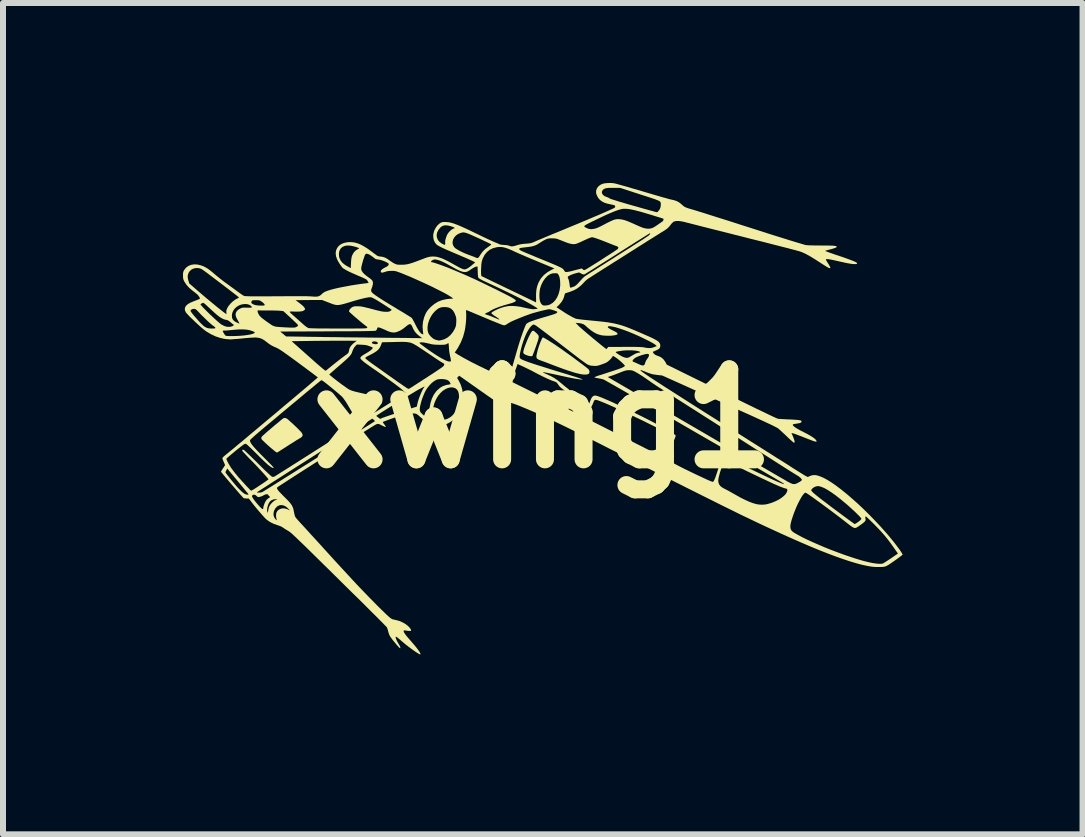
<source format=kicad_pcb>
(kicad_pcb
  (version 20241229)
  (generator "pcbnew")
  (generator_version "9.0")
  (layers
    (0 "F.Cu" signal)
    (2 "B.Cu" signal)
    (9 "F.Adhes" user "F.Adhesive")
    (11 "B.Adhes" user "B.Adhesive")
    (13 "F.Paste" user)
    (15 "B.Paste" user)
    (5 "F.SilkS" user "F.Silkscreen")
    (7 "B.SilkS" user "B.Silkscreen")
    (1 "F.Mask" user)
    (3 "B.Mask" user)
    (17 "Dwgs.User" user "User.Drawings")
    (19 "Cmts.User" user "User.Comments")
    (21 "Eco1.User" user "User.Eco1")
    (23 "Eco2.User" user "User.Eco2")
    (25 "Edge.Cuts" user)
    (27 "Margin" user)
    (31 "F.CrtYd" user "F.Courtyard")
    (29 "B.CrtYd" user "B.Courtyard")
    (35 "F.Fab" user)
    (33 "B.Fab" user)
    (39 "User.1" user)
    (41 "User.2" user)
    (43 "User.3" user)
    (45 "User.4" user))
  (footprint "xwing1"
    (layer "F.Cu")
    (at 5.998 3.928)
    (property "Reference" "xwing1" (at 0 0 0) (layer "F.SilkS") (effects (font (size 1.5 1.5) (thickness 0.3))))
    (attr board_only exclude_from_pos_files exclude_from_bom)
    (fp_poly (pts (xy -0.148 -1.461) (xy -0.133 -1.449) (xy -0.112 -1.43) (xy -0.104 -1.423) (xy -0.084 -1.402) (xy -0.072 -1.385) (xy -0.068 -1.368) (xy -0.07 -1.347) (xy -0.077 -1.316) (xy -0.077 -1.315) (xy -0.082 -1.298) (xy -0.091 -1.272) (xy -0.103 -1.238) (xy -0.116 -1.199) (xy -0.131 -1.159) (xy -0.145 -1.119) (xy -0.159 -1.083) (xy -0.171 -1.052) (xy -0.171 -1.051) (xy -0.179 -1.043) (xy -0.195 -1.04) (xy -0.221 -1.043) (xy -0.247 -1.05) (xy -0.285 -1.063) (xy -0.312 -1.078) (xy -0.325 -1.095) (xy -0.326 -1.098) (xy -0.326 -1.114) (xy -0.32 -1.14) (xy -0.311 -1.173) (xy -0.297 -1.212) (xy -0.281 -1.254) (xy -0.264 -1.297) (xy -0.246 -1.339) (xy -0.227 -1.378) (xy -0.21 -1.412) (xy -0.195 -1.438) (xy -0.182 -1.455) (xy -0.178 -1.459) (xy -0.168 -1.464) (xy -0.159 -1.465)) (stroke (width 0) (type solid)) (fill yes) (layer "F.SilkS"))
    (fp_poly (pts (xy 0.012 -1.351) (xy 0.031 -1.34) (xy 0.059 -1.324) (xy 0.093 -1.304) (xy 0.131 -1.279) (xy 0.174 -1.252) (xy 0.218 -1.222) (xy 0.262 -1.192) (xy 0.305 -1.163) (xy 0.345 -1.134) (xy 0.409 -1.088) (xy 0.471 -1.044) (xy 0.529 -1.001) (xy 0.583 -0.961) (xy 0.631 -0.925) (xy 0.674 -0.893) (xy 0.709 -0.866) (xy 0.736 -0.845) (xy 0.754 -0.83) (xy 0.762 -0.823) (xy 0.774 -0.801) (xy 0.778 -0.777) (xy 0.772 -0.756) (xy 0.765 -0.748) (xy 0.747 -0.739) (xy 0.718 -0.735) (xy 0.682 -0.735) (xy 0.641 -0.74) (xy 0.639 -0.74) (xy 0.595 -0.75) (xy 0.546 -0.762) (xy 0.492 -0.778) (xy 0.43 -0.798) (xy 0.36 -0.822) (xy 0.281 -0.851) (xy 0.192 -0.884) (xy 0.124 -0.91) (xy 0.084 -0.926) (xy 0.046 -0.94) (xy 0.012 -0.953) (xy -0.014 -0.962) (xy -0.03 -0.968) (xy -0.055 -0.977) (xy -0.078 -0.988) (xy -0.085 -0.992) (xy -0.098 -1.002) (xy -0.105 -1.016) (xy -0.107 -1.034) (xy -0.105 -1.06) (xy -0.097 -1.096) (xy -0.094 -1.11) (xy -0.084 -1.148) (xy -0.072 -1.188) (xy -0.058 -1.228) (xy -0.044 -1.266) (xy -0.03 -1.299) (xy -0.018 -1.327) (xy -0.007 -1.346) (xy 0.001 -1.354) (xy 0.002 -1.354)) (stroke (width 0) (type solid)) (fill yes) (layer "F.SilkS"))
    (fp_poly (pts (xy -4.272 -0.003) (xy -4.267 -0.001) (xy -4.254 0.009) (xy -4.233 0.027) (xy -4.207 0.051) (xy -4.176 0.078) (xy -4.144 0.108) (xy -4.112 0.139) (xy -4.082 0.168) (xy -4.056 0.195) (xy -4.035 0.216) (xy -4.023 0.231) (xy -4.021 0.233) (xy -4.007 0.258) (xy -4.004 0.279) (xy -4.012 0.298) (xy -4.032 0.316) (xy -4.064 0.335) (xy -4.07 0.339) (xy -4.082 0.346) (xy -4.103 0.358) (xy -4.132 0.377) (xy -4.167 0.399) (xy -4.207 0.424) (xy -4.25 0.451) (xy -4.254 0.454) (xy -4.296 0.481) (xy -4.335 0.506) (xy -4.369 0.527) (xy -4.396 0.545) (xy -4.416 0.557) (xy -4.426 0.563) (xy -4.426 0.564) (xy -4.432 0.564) (xy -4.44 0.561) (xy -4.453 0.553) (xy -4.471 0.539) (xy -4.496 0.518) (xy -4.529 0.491) (xy -4.561 0.463) (xy -4.596 0.432) (xy -4.627 0.403) (xy -4.653 0.378) (xy -4.674 0.358) (xy -4.687 0.344) (xy -4.69 0.339) (xy -4.692 0.316) (xy -4.689 0.306) (xy -4.682 0.298) (xy -4.666 0.282) (xy -4.642 0.261) (xy -4.613 0.234) (xy -4.578 0.204) (xy -4.539 0.171) (xy -4.525 0.159) (xy -4.485 0.125) (xy -4.447 0.093) (xy -4.412 0.065) (xy -4.383 0.04) (xy -4.361 0.022) (xy -4.347 0.01) (xy -4.345 0.008) (xy -4.321 -0.008) (xy -4.297 -0.012)) (stroke (width 0) (type solid)) (fill yes) (layer "F.SilkS"))
    (fp_poly (pts (xy 1.157 -3.927) (xy 1.187 -3.923) (xy 1.202 -3.92) (xy 1.229 -3.913) (xy 1.266 -3.903) (xy 1.312 -3.89) (xy 1.366 -3.875) (xy 1.427 -3.858) (xy 1.493 -3.838) (xy 1.564 -3.818) (xy 1.637 -3.796) (xy 1.66 -3.789) (xy 1.734 -3.767) (xy 1.805 -3.746) (xy 1.873 -3.726) (xy 1.936 -3.708) (xy 1.993 -3.691) (xy 2.042 -3.678) (xy 2.083 -3.666) (xy 2.113 -3.658) (xy 2.132 -3.653) (xy 2.136 -3.653) (xy 2.187 -3.641) (xy 2.229 -3.627) (xy 2.264 -3.609) (xy 2.296 -3.586) (xy 2.309 -3.574) (xy 2.333 -3.553) (xy 2.353 -3.537) (xy 2.374 -3.525) (xy 2.398 -3.515) (xy 2.43 -3.504) (xy 2.454 -3.497) (xy 2.484 -3.488) (xy 2.526 -3.476) (xy 2.58 -3.459) (xy 2.643 -3.44) (xy 2.716 -3.417) (xy 2.797 -3.391) (xy 2.885 -3.363) (xy 2.981 -3.333) (xy 3.083 -3.301) (xy 3.189 -3.267) (xy 3.3 -3.231) (xy 3.328 -3.222) (xy 3.489 -3.171) (xy 3.637 -3.124) (xy 3.773 -3.08) (xy 3.897 -3.041) (xy 4.01 -3.006) (xy 4.112 -2.974) (xy 4.203 -2.946) (xy 4.284 -2.922) (xy 4.354 -2.901) (xy 4.372 -2.896) (xy 4.385 -2.893) (xy 4.406 -2.891) (xy 4.436 -2.889) (xy 4.475 -2.888) (xy 4.525 -2.887) (xy 4.587 -2.887) (xy 4.63 -2.886) (xy 4.698 -2.886) (xy 4.754 -2.885) (xy 4.799 -2.884) (xy 4.834 -2.883) (xy 4.86 -2.88) (xy 4.879 -2.877) (xy 4.891 -2.874) (xy 4.898 -2.869) (xy 4.9 -2.866) (xy 4.895 -2.858) (xy 4.878 -2.848) (xy 4.847 -2.837) (xy 4.803 -2.824) (xy 4.784 -2.82) (xy 4.754 -2.812) (xy 4.729 -2.805) (xy 4.712 -2.799) (xy 4.705 -2.796) (xy 4.71 -2.793) (xy 4.727 -2.787) (xy 4.753 -2.777) (xy 4.787 -2.764) (xy 4.829 -2.75) (xy 4.876 -2.733) (xy 4.917 -2.72) (xy 5 -2.692) (xy 5.07 -2.667) (xy 5.127 -2.646) (xy 5.173 -2.628) (xy 5.206 -2.614) (xy 5.228 -2.602) (xy 5.238 -2.593) (xy 5.238 -2.584) (xy 5.226 -2.578) (xy 5.203 -2.576) (xy 5.17 -2.577) (xy 5.153 -2.579) (xy 5.136 -2.581) (xy 5.118 -2.584) (xy 5.095 -2.588) (xy 5.068 -2.593) (xy 5.034 -2.6) (xy 4.991 -2.61) (xy 4.939 -2.621) (xy 4.895 -2.631) (xy 4.842 -2.643) (xy 4.801 -2.651) (xy 4.77 -2.657) (xy 4.748 -2.659) (xy 4.733 -2.66) (xy 4.724 -2.658) (xy 4.722 -2.656) (xy 4.719 -2.651) (xy 4.722 -2.641) (xy 4.731 -2.624) (xy 4.747 -2.598) (xy 4.75 -2.594) (xy 4.771 -2.56) (xy 4.785 -2.535) (xy 4.792 -2.519) (xy 4.791 -2.51) (xy 4.784 -2.508) (xy 4.777 -2.509) (xy 4.768 -2.512) (xy 4.755 -2.518) (xy 4.737 -2.528) (xy 4.713 -2.543) (xy 4.681 -2.563) (xy 4.64 -2.589) (xy 4.61 -2.609) (xy 4.544 -2.651) (xy 4.488 -2.686) (xy 4.439 -2.715) (xy 4.395 -2.739) (xy 4.355 -2.759) (xy 4.329 -2.77) (xy 4.322 -2.773) (xy 4.314 -2.777) (xy 4.304 -2.78) (xy 4.292 -2.784) (xy 4.277 -2.789) (xy 4.259 -2.794) (xy 4.236 -2.8) (xy 4.21 -2.808) (xy 4.178 -2.816) (xy 4.14 -2.826) (xy 4.096 -2.838) (xy 4.045 -2.851) (xy 3.986 -2.866) (xy 3.919 -2.883) (xy 3.844 -2.902) (xy 3.759 -2.924) (xy 3.665 -2.948) (xy 3.56 -2.974) (xy 3.444 -3.003) (xy 3.316 -3.036) (xy 3.176 -3.071) (xy 3.125 -3.084) (xy 3.031 -3.108) (xy 2.939 -3.131) (xy 2.851 -3.153) (xy 2.768 -3.174) (xy 2.689 -3.194) (xy 2.618 -3.212) (xy 2.553 -3.229) (xy 2.497 -3.243) (xy 2.451 -3.255) (xy 2.414 -3.264) (xy 2.39 -3.27) (xy 2.38 -3.273) (xy 2.32 -3.287) (xy 2.268 -3.294) (xy 2.224 -3.294) (xy 2.191 -3.287) (xy 2.179 -3.282) (xy 2.164 -3.269) (xy 2.145 -3.25) (xy 2.129 -3.23) (xy 2.111 -3.206) (xy 2.09 -3.184) (xy 2.065 -3.162) (xy 2.033 -3.14) (xy 1.992 -3.114) (xy 1.971 -3.102) (xy 1.958 -3.094) (xy 1.935 -3.079) (xy 1.901 -3.058) (xy 1.86 -3.032) (xy 1.81 -3.001) (xy 1.754 -2.966) (xy 1.693 -2.927) (xy 1.626 -2.885) (xy 1.555 -2.84) (xy 1.482 -2.794) (xy 1.406 -2.746) (xy 1.329 -2.697) (xy 1.252 -2.648) (xy 1.175 -2.6) (xy 1.1 -2.552) (xy 1.028 -2.507) (xy 0.959 -2.463) (xy 0.894 -2.422) (xy 0.835 -2.384) (xy 0.782 -2.35) (xy 0.761 -2.337) (xy 0.737 -2.319) (xy 0.712 -2.298) (xy 0.697 -2.283) (xy 0.652 -2.235) (xy 0.61 -2.198) (xy 0.569 -2.168) (xy 0.526 -2.144) (xy 0.478 -2.124) (xy 0.436 -2.109) (xy 0.41 -2.101) (xy 0.388 -2.094) (xy 0.374 -2.088) (xy 0.372 -2.087) (xy 0.367 -2.078) (xy 0.361 -2.06) (xy 0.357 -2.042) (xy 0.34 -1.993) (xy 0.311 -1.944) (xy 0.27 -1.896) (xy 0.267 -1.893) (xy 0.228 -1.857) (xy 0.326 -1.793) (xy 0.382 -1.756) (xy 0.435 -1.725) (xy 0.481 -1.699) (xy 0.52 -1.679) (xy 0.55 -1.666) (xy 0.557 -1.664) (xy 0.569 -1.662) (xy 0.593 -1.658) (xy 0.626 -1.654) (xy 0.668 -1.649) (xy 0.716 -1.644) (xy 0.768 -1.639) (xy 0.798 -1.636) (xy 0.882 -1.628) (xy 0.957 -1.62) (xy 1.024 -1.613) (xy 1.084 -1.605) (xy 1.14 -1.596) (xy 1.192 -1.586) (xy 1.242 -1.574) (xy 1.292 -1.561) (xy 1.343 -1.545) (xy 1.397 -1.526) (xy 1.455 -1.503) (xy 1.519 -1.477) (xy 1.591 -1.446) (xy 1.672 -1.411) (xy 1.763 -1.371) (xy 1.774 -1.367) (xy 1.829 -1.341) (xy 1.873 -1.318) (xy 1.907 -1.298) (xy 1.931 -1.279) (xy 1.947 -1.259) (xy 1.955 -1.24) (xy 1.958 -1.218) (xy 1.958 -1.218) (xy 1.955 -1.192) (xy 1.944 -1.172) (xy 1.923 -1.155) (xy 1.892 -1.139) (xy 1.884 -1.136) (xy 1.861 -1.126) (xy 1.843 -1.118) (xy 1.834 -1.113) (xy 1.833 -1.112) (xy 1.836 -1.105) (xy 1.845 -1.091) (xy 1.851 -1.083) (xy 1.869 -1.067) (xy 1.892 -1.055) (xy 1.917 -1.046) (xy 1.965 -1.026) (xy 2.005 -0.995) (xy 2.037 -0.953) (xy 2.044 -0.941) (xy 2.065 -0.901) (xy 2.979 -0.451) (xy 3.117 -0.383) (xy 3.244 -0.321) (xy 3.359 -0.264) (xy 3.463 -0.214) (xy 3.556 -0.168) (xy 3.638 -0.129) (xy 3.709 -0.095) (xy 3.769 -0.066) (xy 3.82 -0.042) (xy 3.86 -0.023) (xy 3.89 -0.01) (xy 3.911 -0.001) (xy 3.922 0.003) (xy 3.923 0.003) (xy 3.938 0.004) (xy 3.965 0.006) (xy 4 0.008) (xy 4.041 0.01) (xy 4.086 0.013) (xy 4.107 0.013) (xy 4.166 0.016) (xy 4.214 0.019) (xy 4.25 0.022) (xy 4.277 0.026) (xy 4.295 0.03) (xy 4.306 0.036) (xy 4.311 0.042) (xy 4.312 0.046) (xy 4.309 0.058) (xy 4.299 0.067) (xy 4.28 0.074) (xy 4.251 0.08) (xy 4.23 0.083) (xy 4.197 0.088) (xy 4.176 0.093) (xy 4.166 0.099) (xy 4.166 0.099) (xy 4.168 0.111) (xy 4.183 0.128) (xy 4.209 0.148) (xy 4.245 0.17) (xy 4.291 0.196) (xy 4.331 0.216) (xy 4.401 0.252) (xy 4.458 0.284) (xy 4.502 0.312) (xy 4.534 0.336) (xy 4.552 0.355) (xy 4.56 0.368) (xy 4.564 0.377) (xy 4.562 0.382) (xy 4.553 0.383) (xy 4.537 0.381) (xy 4.513 0.374) (xy 4.48 0.362) (xy 4.436 0.345) (xy 4.382 0.324) (xy 4.342 0.308) (xy 4.299 0.291) (xy 4.258 0.276) (xy 4.223 0.262) (xy 4.195 0.252) (xy 4.175 0.246) (xy 4.169 0.245) (xy 4.144 0.24) (xy 4.168 0.295) (xy 4.184 0.336) (xy 4.194 0.367) (xy 4.197 0.389) (xy 4.193 0.401) (xy 4.188 0.402) (xy 4.18 0.398) (xy 4.164 0.385) (xy 4.142 0.366) (xy 4.114 0.341) (xy 4.083 0.312) (xy 4.066 0.295) (xy 4.032 0.263) (xy 3.998 0.231) (xy 3.967 0.203) (xy 3.941 0.179) (xy 3.922 0.163) (xy 3.917 0.159) (xy 3.908 0.154) (xy 3.893 0.146) (xy 3.872 0.135) (xy 3.845 0.121) (xy 3.81 0.104) (xy 3.767 0.084) (xy 3.716 0.06) (xy 3.656 0.032) (xy 3.587 0.001) (xy 3.509 -0.035) (xy 3.421 -0.075) (xy 3.322 -0.119) (xy 3.213 -0.169) (xy 3.092 -0.223) (xy 2.96 -0.283) (xy 2.934 -0.295) (xy 1.99 -0.719) (xy 1.908 -0.728) (xy 1.869 -0.734) (xy 1.836 -0.739) (xy 1.804 -0.747) (xy 1.771 -0.758) (xy 1.733 -0.772) (xy 1.695 -0.788) (xy 1.665 -0.799) (xy 1.644 -0.807) (xy 1.631 -0.81) (xy 1.626 -0.809) (xy 1.629 -0.802) (xy 1.642 -0.791) (xy 1.664 -0.774) (xy 1.696 -0.751) (xy 1.737 -0.723) (xy 1.789 -0.688) (xy 1.851 -0.648) (xy 1.925 -0.6) (xy 1.968 -0.572) (xy 2.04 -0.525) (xy 2.115 -0.478) (xy 2.191 -0.429) (xy 2.271 -0.378) (xy 2.355 -0.324) (xy 2.443 -0.268) (xy 2.537 -0.208) (xy 2.638 -0.144) (xy 2.745 -0.076) (xy 2.86 -0.004) (xy 2.983 0.074) (xy 3.115 0.158) (xy 3.258 0.248) (xy 3.396 0.335) (xy 3.486 0.392) (xy 3.575 0.448) (xy 3.662 0.503) (xy 3.746 0.556) (xy 3.825 0.606) (xy 3.9 0.654) (xy 3.97 0.697) (xy 4.033 0.737) (xy 4.088 0.772) (xy 4.135 0.802) (xy 4.173 0.827) (xy 4.201 0.844) (xy 4.211 0.851) (xy 4.251 0.876) (xy 4.289 0.9) (xy 4.324 0.921) (xy 4.352 0.939) (xy 4.373 0.951) (xy 4.379 0.954) (xy 4.416 0.973) (xy 4.453 0.956) (xy 4.488 0.944) (xy 4.526 0.94) (xy 4.567 0.945) (xy 4.614 0.959) (xy 4.669 0.982) (xy 4.676 0.985) (xy 4.741 1.02) (xy 4.813 1.065) (xy 4.891 1.119) (xy 4.974 1.182) (xy 5.062 1.253) (xy 5.152 1.33) (xy 5.245 1.413) (xy 5.34 1.502) (xy 5.435 1.596) (xy 5.53 1.693) (xy 5.624 1.793) (xy 5.715 1.895) (xy 5.744 1.928) (xy 5.78 1.971) (xy 5.816 2.015) (xy 5.852 2.059) (xy 5.885 2.102) (xy 5.916 2.143) (xy 5.944 2.18) (xy 5.966 2.213) (xy 5.983 2.239) (xy 5.993 2.257) (xy 5.996 2.267) (xy 5.996 2.268) (xy 5.983 2.279) (xy 5.961 2.296) (xy 5.932 2.318) (xy 5.899 2.342) (xy 5.864 2.367) (xy 5.829 2.391) (xy 5.797 2.413) (xy 5.769 2.432) (xy 5.748 2.445) (xy 5.74 2.449) (xy 5.72 2.459) (xy 5.704 2.465) (xy 5.686 2.469) (xy 5.664 2.471) (xy 5.635 2.473) (xy 5.615 2.473) (xy 5.552 2.473) (xy 5.488 2.468) (xy 5.42 2.457) (xy 5.345 2.441) (xy 5.313 2.434) (xy 5.217 2.408) (xy 5.114 2.377) (xy 5.003 2.34) (xy 4.884 2.298) (xy 4.756 2.25) (xy 4.62 2.197) (xy 4.475 2.137) (xy 4.32 2.071) (xy 4.156 1.999) (xy 3.982 1.921) (xy 3.797 1.836) (xy 3.741 1.81) (xy 4.126 1.81) (xy 4.13 1.834) (xy 4.136 1.849) (xy 4.143 1.862) (xy 4.152 1.873) (xy 4.163 1.883) (xy 4.179 1.895) (xy 4.201 1.909) (xy 4.233 1.927) (xy 4.256 1.94) (xy 4.325 1.977) (xy 4.405 2.016) (xy 4.494 2.057) (xy 4.59 2.099) (xy 4.691 2.142) (xy 4.795 2.184) (xy 4.901 2.224) (xy 5.006 2.263) (xy 5.108 2.298) (xy 5.206 2.33) (xy 5.297 2.358) (xy 5.354 2.374) (xy 5.423 2.391) (xy 5.487 2.405) (xy 5.544 2.414) (xy 5.593 2.419) (xy 5.633 2.42) (xy 5.663 2.416) (xy 5.669 2.414) (xy 5.68 2.408) (xy 5.699 2.396) (xy 5.726 2.379) (xy 5.758 2.358) (xy 5.794 2.334) (xy 5.803 2.328) (xy 5.919 2.249) (xy 5.856 2.159) (xy 5.798 2.077) (xy 5.742 2.003) (xy 5.686 1.935) (xy 5.626 1.868) (xy 5.56 1.799) (xy 5.524 1.762) (xy 5.489 1.727) (xy 5.457 1.696) (xy 5.43 1.67) (xy 5.408 1.649) (xy 5.393 1.635) (xy 5.385 1.629) (xy 5.385 1.629) (xy 5.377 1.635) (xy 5.375 1.65) (xy 5.377 1.667) (xy 5.38 1.681) (xy 5.379 1.693) (xy 5.373 1.706) (xy 5.362 1.719) (xy 5.343 1.736) (xy 5.315 1.757) (xy 5.278 1.784) (xy 5.271 1.789) (xy 5.249 1.803) (xy 5.232 1.814) (xy 5.216 1.821) (xy 5.201 1.822) (xy 5.184 1.819) (xy 5.165 1.809) (xy 5.14 1.793) (xy 5.109 1.77) (xy 5.069 1.739) (xy 5.049 1.723) (xy 4.991 1.678) (xy 4.931 1.632) (xy 4.869 1.585) (xy 4.807 1.538) (xy 4.745 1.492) (xy 4.685 1.448) (xy 4.628 1.406) (xy 4.574 1.367) (xy 4.525 1.331) (xy 4.481 1.3) (xy 4.444 1.274) (xy 4.414 1.254) (xy 4.392 1.241) (xy 4.38 1.234) (xy 4.378 1.234) (xy 4.364 1.24) (xy 4.346 1.258) (xy 4.325 1.285) (xy 4.302 1.322) (xy 4.278 1.366) (xy 4.252 1.417) (xy 4.227 1.472) (xy 4.202 1.532) (xy 4.179 1.593) (xy 4.16 1.648) (xy 4.143 1.702) (xy 4.132 1.746) (xy 4.126 1.781) (xy 4.126 1.81) (xy 3.741 1.81) (xy 3.601 1.745) (xy 3.395 1.646) (xy 3.346 1.623) (xy 3.298 1.6) (xy 3.24 1.571) (xy 3.171 1.537) (xy 3.094 1.499) (xy 3.008 1.457) (xy 2.916 1.411) (xy 2.818 1.362) (xy 2.716 1.311) (xy 2.609 1.258) (xy 2.5 1.203) (xy 2.388 1.147) (xy 2.277 1.091) (xy 2.165 1.035) (xy 2.055 0.979) (xy 1.947 0.925) (xy 1.842 0.872) (xy 1.742 0.821) (xy 1.647 0.772) (xy 1.613 0.755) (xy 1.435 0.665) (xy 1.27 0.58) (xy 1.114 0.502) (xy 0.969 0.428) (xy 0.834 0.36) (xy 0.708 0.297) (xy 0.591 0.239) (xy 0.481 0.185) (xy 0.379 0.135) (xy 0.284 0.089) (xy 0.196 0.047) (xy 0.113 0.007) (xy 0.036 -0.029) (xy -0.037 -0.062) (xy -0.105 -0.092) (xy -0.17 -0.121) (xy -0.231 -0.147) (xy -0.29 -0.172) (xy -0.322 -0.185) (xy 0.43 -0.185) (xy 0.43 -0.176) (xy 0.432 -0.153) (xy 1.21 0.241) (xy 1.306 0.29) (xy 1.398 0.337) (xy 1.487 0.381) (xy 1.57 0.424) (xy 1.649 0.463) (xy 1.721 0.5) (xy 1.786 0.532) (xy 1.844 0.561) (xy 1.894 0.586) (xy 1.934 0.607) (xy 1.965 0.622) (xy 1.986 0.632) (xy 1.996 0.636) (xy 1.996 0.637) (xy 2.002 0.631) (xy 2.013 0.616) (xy 2.026 0.593) (xy 2.04 0.564) (xy 2.041 0.562) (xy 2.058 0.525) (xy 2.075 0.483) (xy 2.093 0.438) (xy 2.109 0.393) (xy 2.122 0.352) (xy 2.132 0.317) (xy 2.136 0.3) (xy 2.14 0.278) (xy 2.051 0.229) (xy 1.99 0.197) (xy 1.921 0.161) (xy 1.845 0.122) (xy 1.764 0.082) (xy 1.68 0.04) (xy 1.593 -0.002) (xy 1.505 -0.044) (xy 1.418 -0.086) (xy 1.333 -0.126) (xy 1.251 -0.163) (xy 1.174 -0.198) (xy 1.103 -0.23) (xy 1.04 -0.257) (xy 0.986 -0.279) (xy 0.945 -0.295) (xy 0.912 -0.307) (xy 0.889 -0.313) (xy 0.873 -0.314) (xy 0.862 -0.308) (xy 0.853 -0.295) (xy 0.845 -0.277) (xy 0.827 -0.232) (xy 0.811 -0.199) (xy 0.798 -0.177) (xy 0.785 -0.164) (xy 0.771 -0.159) (xy 0.754 -0.16) (xy 0.734 -0.168) (xy 0.722 -0.174) (xy 0.698 -0.186) (xy 0.667 -0.202) (xy 0.634 -0.22) (xy 0.614 -0.231) (xy 0.582 -0.248) (xy 0.552 -0.262) (xy 0.525 -0.274) (xy 0.511 -0.279) (xy 0.49 -0.285) (xy 0.476 -0.286) (xy 0.466 -0.283) (xy 0.46 -0.279) (xy 0.448 -0.265) (xy 0.438 -0.242) (xy 0.432 -0.214) (xy 0.43 -0.185) (xy -0.322 -0.185) (xy -0.327 -0.187) (xy -0.385 -0.211) (xy -0.433 -0.23) (xy -0.473 -0.244) (xy -0.507 -0.256) (xy -0.538 -0.265) (xy -0.567 -0.271) (xy -0.596 -0.277) (xy -0.629 -0.281) (xy -0.667 -0.284) (xy -0.68 -0.286) (xy -0.795 -0.296) (xy -0.858 -0.339) (xy -0.878 -0.353) (xy -0.907 -0.373) (xy -0.943 -0.398) (xy -0.986 -0.429) (xy -1.034 -0.462) (xy -1.085 -0.498) (xy -1.137 -0.535) (xy -1.158 -0.549) (xy -1.238 -0.606) (xy -0.503 -0.606) (xy -0.106 -0.41) (xy -0.038 -0.377) (xy 0.027 -0.345) (xy 0.088 -0.316) (xy 0.143 -0.289) (xy 0.191 -0.266) (xy 0.232 -0.246) (xy 0.265 -0.231) (xy 0.288 -0.22) (xy 0.301 -0.215) (xy 0.303 -0.215) (xy 0.311 -0.219) (xy 0.319 -0.234) (xy 0.325 -0.253) (xy 0.332 -0.276) (xy 0.342 -0.307) (xy 0.352 -0.341) (xy 0.36 -0.364) (xy 0.369 -0.396) (xy 0.376 -0.423) (xy 0.379 -0.442) (xy 0.379 -0.45) (xy 0.371 -0.46) (xy 0.356 -0.474) (xy 0.336 -0.489) (xy 0.309 -0.509) (xy 0.288 -0.527) (xy 0.27 -0.549) (xy 0.249 -0.578) (xy 0.249 -0.578) (xy 0.234 -0.598) (xy 0.22 -0.609) (xy 0.199 -0.618) (xy 0.189 -0.621) (xy 0.157 -0.632) (xy 0.114 -0.65) (xy 0.062 -0.673) (xy 0.003 -0.701) (xy -0.063 -0.734) (xy -0.135 -0.771) (xy -0.137 -0.773) (xy -0.181 -0.796) (xy -0.227 -0.819) (xy -0.272 -0.841) (xy -0.311 -0.86) (xy -0.342 -0.875) (xy -0.343 -0.875) (xy -0.421 -0.91) (xy -0.452 -0.824) (xy -0.474 -0.76) (xy -0.49 -0.707) (xy -0.499 -0.664) (xy -0.503 -0.632) (xy -0.503 -0.63) (xy -0.503 -0.606) (xy -1.238 -0.606) (xy -1.394 -0.716) (xy -1.411 -0.698) (xy -1.429 -0.679) (xy -1.405 -0.64) (xy -1.369 -0.567) (xy -1.344 -0.489) (xy -1.331 -0.407) (xy -1.331 -0.325) (xy -1.342 -0.243) (xy -1.358 -0.187) (xy -1.387 -0.119) (xy -1.424 -0.058) (xy -1.469 -0.003) (xy -1.519 0.041) (xy -1.57 0.073) (xy -1.6 0.087) (xy -1.631 0.099) (xy -1.657 0.107) (xy -1.661 0.108) (xy -1.714 0.113) (xy -1.773 0.109) (xy -1.834 0.096) (xy -1.894 0.076) (xy -1.947 0.049) (xy -1.969 0.034) (xy -1.996 0.012) (xy -2.025 -0.012) (xy -2.042 -0.027) (xy -2.071 -0.053) (xy -2.093 -0.07) (xy -2.11 -0.08) (xy -2.123 -0.084) (xy -2.157 -0.087) (xy -2.201 -0.085) (xy -2.252 -0.079) (xy -2.306 -0.068) (xy -2.348 -0.058) (xy -2.373 -0.05) (xy -2.406 -0.04) (xy -2.443 -0.027) (xy -2.483 -0.013) (xy -2.524 0.001) (xy -2.564 0.015) (xy -2.6 0.029) (xy -2.63 0.04) (xy -2.653 0.049) (xy -2.666 0.055) (xy -2.667 0.057) (xy -2.666 0.063) (xy -2.657 0.077) (xy -2.651 0.084) (xy -2.631 0.111) (xy -2.62 0.128) (xy -2.618 0.137) (xy -2.626 0.138) (xy -2.644 0.132) (xy -2.673 0.118) (xy -2.686 0.112) (xy -2.706 0.102) (xy -2.721 0.094) (xy -2.735 0.089) (xy -2.747 0.087) (xy -2.761 0.089) (xy -2.777 0.095) (xy -2.798 0.106) (xy -2.825 0.122) (xy -2.861 0.144) (xy -2.905 0.172) (xy -2.936 0.191) (xy -2.974 0.215) (xy -3.021 0.244) (xy -3.075 0.278) (xy -3.135 0.317) (xy -3.201 0.358) (xy -3.271 0.403) (xy -3.345 0.45) (xy -3.422 0.499) (xy -3.502 0.55) (xy -3.583 0.602) (xy -3.665 0.654) (xy -3.746 0.706) (xy -3.826 0.757) (xy -3.905 0.808) (xy -3.981 0.856) (xy -4.054 0.903) (xy -4.123 0.947) (xy -4.186 0.988) (xy -4.244 1.025) (xy -4.295 1.059) (xy -4.339 1.087) (xy -4.375 1.11) (xy -4.402 1.128) (xy -4.418 1.139) (xy -4.424 1.143) (xy -4.43 1.151) (xy -4.431 1.161) (xy -4.426 1.175) (xy -4.414 1.192) (xy -4.396 1.215) (xy -4.369 1.243) (xy -4.333 1.28) (xy -4.312 1.301) (xy -4.269 1.344) (xy -4.235 1.379) (xy -4.209 1.41) (xy -4.189 1.437) (xy -4.174 1.464) (xy -4.163 1.49) (xy -4.155 1.52) (xy -4.149 1.553) (xy -4.148 1.557) (xy -4.142 1.586) (xy -4.135 1.613) (xy -4.129 1.633) (xy -4.127 1.636) (xy -4.119 1.648) (xy -4.104 1.667) (xy -4.082 1.692) (xy -4.056 1.721) (xy -4.028 1.752) (xy -4.028 1.752) (xy -4.007 1.774) (xy -3.979 1.805) (xy -3.944 1.843) (xy -3.903 1.888) (xy -3.858 1.938) (xy -3.808 1.992) (xy -3.756 2.049) (xy -3.702 2.108) (xy -3.648 2.168) (xy -3.638 2.179) (xy -3.58 2.243) (xy -3.52 2.309) (xy -3.459 2.376) (xy -3.398 2.442) (xy -3.34 2.506) (xy -3.284 2.566) (xy -3.234 2.62) (xy -3.19 2.668) (xy -3.158 2.702) (xy -3.111 2.753) (xy -3.059 2.808) (xy -3.005 2.864) (xy -2.949 2.922) (xy -2.893 2.98) (xy -2.837 3.036) (xy -2.784 3.091) (xy -2.733 3.142) (xy -2.686 3.188) (xy -2.644 3.229) (xy -2.609 3.263) (xy -2.58 3.29) (xy -2.564 3.304) (xy -2.541 3.323) (xy -2.523 3.335) (xy -2.506 3.344) (xy -2.485 3.349) (xy -2.457 3.355) (xy -2.395 3.371) (xy -2.335 3.397) (xy -2.281 3.429) (xy -2.25 3.454) (xy -2.223 3.481) (xy -2.205 3.504) (xy -2.196 3.523) (xy -2.197 3.535) (xy -2.206 3.538) (xy -2.226 3.539) (xy -2.255 3.536) (xy -2.29 3.531) (xy -2.298 3.53) (xy -2.313 3.528) (xy -2.319 3.532) (xy -2.32 3.542) (xy -2.318 3.554) (xy -2.31 3.569) (xy -2.297 3.59) (xy -2.277 3.616) (xy -2.249 3.65) (xy -2.213 3.691) (xy -2.17 3.741) (xy -2.134 3.783) (xy -2.106 3.818) (xy -2.083 3.848) (xy -2.065 3.874) (xy -2.061 3.88) (xy -2.046 3.905) (xy -2.039 3.921) (xy -2.041 3.929) (xy -2.051 3.928) (xy -2.071 3.918) (xy -2.1 3.9) (xy -2.122 3.886) (xy -2.175 3.849) (xy -2.234 3.805) (xy -2.294 3.758) (xy -2.35 3.711) (xy -2.383 3.682) (xy -2.414 3.656) (xy -2.435 3.64) (xy -2.449 3.634) (xy -2.454 3.638) (xy -2.454 3.639) (xy -2.45 3.66) (xy -2.44 3.688) (xy -2.424 3.72) (xy -2.41 3.744) (xy -2.395 3.768) (xy -2.383 3.791) (xy -2.376 3.808) (xy -2.376 3.81) (xy -2.374 3.824) (xy -2.377 3.827) (xy -2.386 3.823) (xy -2.395 3.815) (xy -2.411 3.798) (xy -2.432 3.775) (xy -2.455 3.747) (xy -2.48 3.717) (xy -2.505 3.686) (xy -2.527 3.656) (xy -2.537 3.643) (xy -2.557 3.609) (xy -2.572 3.567) (xy -2.576 3.553) (xy -2.583 3.525) (xy -2.591 3.499) (xy -2.598 3.482) (xy -2.599 3.479) (xy -2.605 3.472) (xy -2.62 3.456) (xy -2.643 3.433) (xy -2.674 3.401) (xy -2.713 3.362) (xy -2.759 3.315) (xy -2.812 3.263) (xy -2.87 3.205) (xy -2.934 3.141) (xy -3.003 3.072) (xy -3.077 2.999) (xy -3.155 2.923) (xy -3.236 2.843) (xy -3.32 2.76) (xy -3.4 2.681) (xy -3.502 2.58) (xy -3.595 2.488) (xy -3.68 2.405) (xy -3.756 2.33) (xy -3.825 2.262) (xy -3.886 2.202) (xy -3.941 2.148) (xy -3.989 2.101) (xy -4.032 2.06) (xy -4.069 2.025) (xy -4.101 1.994) (xy -4.128 1.968) (xy -4.152 1.946) (xy -4.171 1.928) (xy -4.188 1.913) (xy -4.202 1.901) (xy -4.214 1.891) (xy -4.224 1.884) (xy -4.233 1.878) (xy -4.241 1.873) (xy -4.246 1.87) (xy -4.275 1.853) (xy -4.303 1.835) (xy -4.326 1.82) (xy -4.332 1.815) (xy -4.365 1.796) (xy -4.411 1.779) (xy -4.426 1.774) (xy -4.488 1.752) (xy -4.545 1.724) (xy -4.595 1.69) (xy -4.622 1.666) (xy -4.647 1.64) (xy -4.678 1.605) (xy -4.705 1.574) (xy -4.489 1.574) (xy -4.488 1.614) (xy -4.475 1.65) (xy -4.457 1.675) (xy -4.442 1.689) (xy -4.435 1.693) (xy -4.435 1.686) (xy -4.439 1.672) (xy -4.445 1.648) (xy -4.447 1.619) (xy -4.445 1.589) (xy -4.439 1.564) (xy -4.437 1.558) (xy -4.414 1.527) (xy -4.383 1.507) (xy -4.347 1.496) (xy -4.306 1.496) (xy -4.263 1.508) (xy -4.251 1.513) (xy -4.214 1.53) (xy -4.245 1.498) (xy -4.282 1.466) (xy -4.32 1.447) (xy -4.358 1.44) (xy -4.394 1.445) (xy -4.428 1.463) (xy -4.457 1.494) (xy -4.459 1.497) (xy -4.48 1.535) (xy -4.489 1.574) (xy -4.705 1.574) (xy -4.713 1.565) (xy -4.75 1.522) (xy -4.786 1.479) (xy -4.819 1.438) (xy -4.847 1.402) (xy -4.849 1.399) (xy -4.9 1.332) (xy -4.94 1.331) (xy -4.963 1.329) (xy -4.98 1.327) (xy -4.988 1.325) (xy -4.994 1.319) (xy -5.008 1.303) (xy -5.016 1.294) (xy -4.848 1.294) (xy -4.848 1.294) (xy -4.844 1.307) (xy -4.832 1.327) (xy -4.815 1.352) (xy -4.793 1.38) (xy -4.769 1.41) (xy -4.744 1.439) (xy -4.72 1.465) (xy -4.699 1.487) (xy -4.682 1.502) (xy -4.671 1.509) (xy -4.67 1.509) (xy -4.668 1.507) (xy -4.596 1.507) (xy -4.596 1.537) (xy -4.592 1.551) (xy -4.583 1.572) (xy -4.578 1.534) (xy -4.573 1.506) (xy -4.565 1.478) (xy -4.561 1.466) (xy -4.539 1.429) (xy -4.509 1.396) (xy -4.475 1.368) (xy -4.44 1.35) (xy -4.434 1.348) (xy -4.425 1.345) (xy -4.427 1.343) (xy -4.441 1.342) (xy -4.451 1.342) (xy -4.488 1.346) (xy -4.521 1.359) (xy -4.547 1.379) (xy -4.547 1.379) (xy -4.565 1.405) (xy -4.579 1.437) (xy -4.59 1.473) (xy -4.596 1.507) (xy -4.668 1.507) (xy -4.662 1.503) (xy -4.66 1.493) (xy -4.657 1.469) (xy -4.648 1.439) (xy -4.636 1.407) (xy -4.622 1.379) (xy -4.615 1.367) (xy -4.598 1.347) (xy -4.579 1.33) (xy -4.57 1.324) (xy -4.555 1.315) (xy -4.547 1.308) (xy -4.546 1.307) (xy -4.551 1.301) (xy -4.562 1.29) (xy -4.563 1.289) (xy -4.575 1.277) (xy -4.58 1.268) (xy -4.58 1.267) (xy -4.585 1.262) (xy -4.599 1.26) (xy -4.618 1.262) (xy -4.636 1.268) (xy -4.65 1.275) (xy -4.669 1.286) (xy -4.696 1.297) (xy -4.723 1.305) (xy -4.742 1.308) (xy -4.755 1.303) (xy -4.77 1.291) (xy -4.773 1.287) (xy -4.791 1.273) (xy -4.811 1.267) (xy -4.829 1.269) (xy -4.843 1.278) (xy -4.848 1.294) (xy -5.016 1.294) (xy -5.028 1.281) (xy -5.054 1.252) (xy -5.083 1.218) (xy -5.116 1.18) (xy -5.15 1.14) (xy -5.186 1.099) (xy -5.221 1.058) (xy -5.254 1.019) (xy -5.285 0.982) (xy -5.312 0.95) (xy -5.335 0.922) (xy -5.352 0.901) (xy -5.359 0.893) (xy -5.291 0.893) (xy -5.286 0.901) (xy -5.275 0.918) (xy -5.257 0.942) (xy -5.234 0.971) (xy -5.208 1.004) (xy -5.18 1.039) (xy -5.151 1.073) (xy -5.123 1.107) (xy -5.097 1.137) (xy -5.073 1.163) (xy -5.056 1.18) (xy -5.022 1.214) (xy -4.993 1.238) (xy -4.97 1.254) (xy -4.949 1.263) (xy -4.928 1.267) (xy -4.923 1.267) (xy -4.909 1.267) (xy -4.905 1.263) (xy -4.91 1.255) (xy -4.916 1.247) (xy -4.929 1.23) (xy -4.93 1.23) (xy -4.764 1.23) (xy -4.76 1.233) (xy -4.746 1.233) (xy -4.734 1.233) (xy -4.709 1.232) (xy -4.687 1.228) (xy -4.679 1.225) (xy -4.671 1.221) (xy -4.653 1.21) (xy -4.625 1.192) (xy -4.588 1.169) (xy -4.542 1.141) (xy -4.489 1.108) (xy -4.429 1.07) (xy -4.363 1.029) (xy -4.292 0.984) (xy -4.215 0.936) (xy -4.135 0.886) (xy -4.051 0.833) (xy -3.965 0.779) (xy -3.877 0.724) (xy -3.788 0.668) (xy -3.699 0.611) (xy -3.61 0.555) (xy -3.521 0.5) (xy -3.435 0.445) (xy -3.351 0.392) (xy -3.27 0.341) (xy -3.194 0.293) (xy -3.121 0.247) (xy -3.055 0.205) (xy -2.994 0.166) (xy -2.94 0.132) (xy -2.894 0.103) (xy -2.855 0.078) (xy -2.826 0.06) (xy -2.807 0.047) (xy -2.798 0.041) (xy -2.797 0.04) (xy -2.802 0.034) (xy -2.814 0.023) (xy -2.82 0.018) (xy -2.842 -0.001) (xy -3.797 0.607) (xy -3.9 0.673) (xy -4 0.737) (xy -4.097 0.798) (xy -4.189 0.857) (xy -4.277 0.913) (xy -4.359 0.966) (xy -4.435 1.015) (xy -4.505 1.059) (xy -4.568 1.1) (xy -4.622 1.135) (xy -4.669 1.165) (xy -4.707 1.189) (xy -4.735 1.207) (xy -4.753 1.219) (xy -4.76 1.224) (xy -4.761 1.224) (xy -4.764 1.23) (xy -4.93 1.23) (xy -4.95 1.206) (xy -4.976 1.174) (xy -5.006 1.137) (xy -5.041 1.095) (xy -5.078 1.051) (xy -5.089 1.037) (xy -5.26 0.832) (xy -5.275 0.859) (xy -5.284 0.877) (xy -5.29 0.89) (xy -5.291 0.893) (xy -5.359 0.893) (xy -5.362 0.889) (xy -5.364 0.885) (xy -5.361 0.877) (xy -5.351 0.86) (xy -5.338 0.838) (xy -5.331 0.828) (xy -5.316 0.806) (xy -5.304 0.787) (xy -5.298 0.776) (xy -5.297 0.774) (xy -5.3 0.766) (xy -5.307 0.749) (xy -5.317 0.726) (xy -5.321 0.717) (xy -5.333 0.688) (xy -5.338 0.673) (xy -5.274 0.673) (xy -5.268 0.691) (xy -5.257 0.715) (xy -5.241 0.745) (xy -5.223 0.776) (xy -5.203 0.809) (xy -5.182 0.839) (xy -5.181 0.84) (xy -5.159 0.87) (xy -5.132 0.905) (xy -5.103 0.94) (xy -5.084 0.964) (xy -5.064 0.987) (xy -5.039 1.014) (xy -5.012 1.045) (xy -4.983 1.076) (xy -4.955 1.107) (xy -4.928 1.136) (xy -4.903 1.161) (xy -4.884 1.182) (xy -4.87 1.195) (xy -4.864 1.2) (xy -4.864 1.2) (xy -4.856 1.198) (xy -4.842 1.191) (xy -4.839 1.189) (xy -4.824 1.181) (xy -4.801 1.167) (xy -4.773 1.149) (xy -4.741 1.128) (xy -4.708 1.106) (xy -4.674 1.084) (xy -4.642 1.062) (xy -4.615 1.043) (xy -4.593 1.027) (xy -4.578 1.016) (xy -4.573 1.011) (xy -4.578 1.003) (xy -4.591 0.987) (xy -4.611 0.963) (xy -4.638 0.932) (xy -4.67 0.897) (xy -4.706 0.857) (xy -4.746 0.815) (xy -4.788 0.77) (xy -4.832 0.725) (xy -4.865 0.691) (xy -4.901 0.655) (xy -4.933 0.621) (xy -4.961 0.591) (xy -4.984 0.567) (xy -5 0.549) (xy -5.008 0.539) (xy -5.008 0.538) (xy -5.011 0.524) (xy -5.004 0.518) (xy -4.99 0.52) (xy -4.981 0.523) (xy -4.973 0.53) (xy -4.957 0.545) (xy -4.933 0.567) (xy -4.903 0.596) (xy -4.867 0.63) (xy -4.828 0.669) (xy -4.784 0.711) (xy -4.747 0.748) (xy -4.686 0.809) (xy -4.634 0.86) (xy -4.59 0.901) (xy -4.556 0.933) (xy -4.531 0.955) (xy -4.516 0.967) (xy -4.511 0.969) (xy -4.491 0.971) (xy -4.477 0.967) (xy -4.47 0.963) (xy -4.452 0.952) (xy -4.425 0.935) (xy -4.389 0.912) (xy -4.344 0.884) (xy -4.293 0.852) (xy -4.234 0.815) (xy -4.17 0.774) (xy -4.101 0.731) (xy -4.028 0.684) (xy -3.952 0.636) (xy -3.873 0.586) (xy -3.792 0.534) (xy -3.71 0.482) (xy -3.628 0.43) (xy -3.547 0.378) (xy -3.467 0.328) (xy -3.389 0.278) (xy -3.314 0.23) (xy -3.243 0.185) (xy -3.176 0.143) (xy -3.115 0.104) (xy -3.06 0.068) (xy -3.011 0.038) (xy -2.971 0.012) (xy -2.939 -0.009) (xy -2.916 -0.024) (xy -2.904 -0.032) (xy -2.901 -0.034) (xy -2.903 -0.04) (xy -2.91 -0.047) (xy -2.776 -0.047) (xy -2.771 -0.041) (xy -2.758 -0.03) (xy -2.744 -0.02) (xy -2.713 0.004) (xy -2.667 -0.015) (xy -2.648 -0.022) (xy -2.619 -0.032) (xy -2.581 -0.045) (xy -2.537 -0.06) (xy -2.488 -0.076) (xy -2.437 -0.093) (xy -2.425 -0.097) (xy -2.372 -0.114) (xy -2.321 -0.13) (xy -2.272 -0.146) (xy -2.251 -0.153) (xy -2.052 -0.153) (xy -2.049 -0.131) (xy -2.04 -0.109) (xy -2.04 -0.108) (xy -2.031 -0.097) (xy -2.014 -0.08) (xy -1.992 -0.061) (xy -1.969 -0.041) (xy -1.945 -0.023) (xy -1.925 -0.009) (xy -1.911 -0.001) (xy -1.907 -0.00017) (xy -1.903 -0.007) (xy -1.9 -0.026) (xy -1.897 -0.058) (xy -1.896 -0.089) (xy -1.892 -0.137) (xy -1.831 -0.137) (xy -1.826 -0.087) (xy -1.811 -0.046) (xy -1.786 -0.013) (xy -1.752 0.01) (xy -1.72 0.021) (xy -1.699 0.025) (xy -1.682 0.026) (xy -1.661 0.023) (xy -1.641 0.019) (xy -1.586 0.001) (xy -1.536 -0.028) (xy -1.493 -0.068) (xy -1.456 -0.117) (xy -1.428 -0.173) (xy -1.408 -0.236) (xy -1.397 -0.304) (xy -1.396 -0.36) (xy -1.4 -0.409) (xy -1.409 -0.447) (xy -1.424 -0.476) (xy -1.446 -0.498) (xy -1.462 -0.508) (xy -1.498 -0.52) (xy -1.538 -0.521) (xy -1.582 -0.511) (xy -1.626 -0.491) (xy -1.67 -0.462) (xy -1.71 -0.424) (xy -1.747 -0.378) (xy -1.779 -0.324) (xy -1.805 -0.265) (xy -1.822 -0.207) (xy -1.83 -0.151) (xy -1.831 -0.137) (xy -1.892 -0.137) (xy -1.888 -0.181) (xy -1.872 -0.263) (xy -1.849 -0.335) (xy -1.818 -0.398) (xy -1.779 -0.453) (xy -1.757 -0.476) (xy -1.712 -0.515) (xy -1.665 -0.542) (xy -1.612 -0.56) (xy -1.586 -0.565) (xy -1.56 -0.569) (xy -1.546 -0.573) (xy -1.539 -0.578) (xy -1.539 -0.584) (xy -1.54 -0.587) (xy -1.555 -0.616) (xy -1.58 -0.638) (xy -1.614 -0.652) (xy -1.66 -0.659) (xy -1.691 -0.66) (xy -1.723 -0.659) (xy -1.746 -0.656) (xy -1.767 -0.65) (xy -1.788 -0.64) (xy -1.823 -0.618) (xy -1.861 -0.586) (xy -1.897 -0.547) (xy -1.931 -0.503) (xy -1.947 -0.478) (xy -1.968 -0.439) (xy -1.988 -0.392) (xy -2.008 -0.341) (xy -2.025 -0.289) (xy -2.038 -0.239) (xy -2.048 -0.195) (xy -2.052 -0.158) (xy -2.052 -0.153) (xy -2.251 -0.153) (xy -2.23 -0.16) (xy -2.194 -0.171) (xy -2.169 -0.179) (xy -2.166 -0.18) (xy -2.102 -0.199) (xy -2.096 -0.225) (xy -2.084 -0.276) (xy -2.067 -0.331) (xy -2.047 -0.385) (xy -2.025 -0.437) (xy -2.004 -0.482) (xy -1.984 -0.516) (xy -1.969 -0.539) (xy -2.052 -0.495) (xy -2.07 -0.486) (xy -2.096 -0.471) (xy -2.131 -0.45) (xy -2.171 -0.426) (xy -2.217 -0.398) (xy -2.268 -0.367) (xy -2.321 -0.335) (xy -2.376 -0.301) (xy -2.432 -0.266) (xy -2.488 -0.232) (xy -2.542 -0.198) (xy -2.593 -0.166) (xy -2.64 -0.136) (xy -2.682 -0.11) (xy -2.717 -0.087) (xy -2.746 -0.068) (xy -2.765 -0.055) (xy -2.775 -0.048) (xy -2.776 -0.047) (xy -2.91 -0.047) (xy -2.914 -0.052) (xy -2.931 -0.068) (xy -2.952 -0.087) (xy -2.975 -0.106) (xy -2.997 -0.123) (xy -3.017 -0.136) (xy -3.027 -0.142) (xy -3.045 -0.149) (xy -3.057 -0.15) (xy -3.059 -0.149) (xy -3.061 -0.14) (xy -3.06 -0.12) (xy -3.057 -0.092) (xy -3.057 -0.091) (xy -3.053 -0.05) (xy -3.054 -0.019) (xy -3.06 0.002) (xy -3.068 0.011) (xy -3.082 0.011) (xy -3.099 0.001) (xy -3.12 -0.02) (xy -3.144 -0.052) (xy -3.173 -0.096) (xy -3.206 -0.151) (xy -3.216 -0.168) (xy -3.249 -0.224) (xy -3.277 -0.271) (xy -3.302 -0.308) (xy -3.324 -0.338) (xy -3.344 -0.363) (xy -3.345 -0.364) (xy -3.357 -0.375) (xy -3.377 -0.393) (xy -3.404 -0.417) (xy -3.438 -0.445) (xy -3.476 -0.477) (xy -3.516 -0.51) (xy -3.526 -0.518) (xy -3.571 -0.555) (xy -3.606 -0.583) (xy -3.634 -0.605) (xy -3.654 -0.62) (xy -3.67 -0.631) (xy -3.68 -0.637) (xy -3.688 -0.639) (xy -3.694 -0.639) (xy -3.698 -0.637) (xy -3.699 -0.636) (xy -3.706 -0.631) (xy -3.723 -0.617) (xy -3.749 -0.596) (xy -3.783 -0.569) (xy -3.824 -0.534) (xy -3.873 -0.494) (xy -3.928 -0.449) (xy -3.988 -0.399) (xy -4.053 -0.344) (xy -4.123 -0.286) (xy -4.196 -0.226) (xy -4.272 -0.162) (xy -4.298 -0.141) (xy -4.39 -0.064) (xy -4.472 0.005) (xy -4.545 0.066) (xy -4.609 0.119) (xy -4.665 0.166) (xy -4.713 0.207) (xy -4.754 0.242) (xy -4.788 0.271) (xy -4.816 0.296) (xy -4.838 0.316) (xy -4.855 0.331) (xy -4.867 0.343) (xy -4.875 0.352) (xy -4.88 0.358) (xy -4.881 0.362) (xy -4.88 0.377) (xy -4.874 0.393) (xy -4.864 0.412) (xy -4.848 0.434) (xy -4.827 0.461) (xy -4.798 0.494) (xy -4.763 0.532) (xy -4.719 0.578) (xy -4.666 0.631) (xy -4.645 0.652) (xy -4.607 0.69) (xy -4.573 0.725) (xy -4.542 0.756) (xy -4.517 0.782) (xy -4.499 0.802) (xy -4.488 0.815) (xy -4.486 0.818) (xy -4.491 0.823) (xy -4.501 0.821) (xy -4.518 0.814) (xy -4.538 0.802) (xy -4.562 0.784) (xy -4.591 0.76) (xy -4.625 0.729) (xy -4.666 0.69) (xy -4.715 0.642) (xy -4.754 0.603) (xy -4.793 0.564) (xy -4.831 0.527) (xy -4.865 0.494) (xy -4.894 0.467) (xy -4.917 0.445) (xy -4.933 0.431) (xy -4.94 0.426) (xy -4.954 0.42) (xy -4.964 0.419) (xy -4.975 0.425) (xy -4.992 0.435) (xy -5.013 0.451) (xy -5.042 0.473) (xy -5.076 0.5) (xy -5.113 0.529) (xy -5.15 0.56) (xy -5.185 0.589) (xy -5.215 0.614) (xy -5.217 0.616) (xy -5.239 0.635) (xy -5.257 0.651) (xy -5.27 0.662) (xy -5.273 0.665) (xy -5.274 0.673) (xy -5.338 0.673) (xy -5.339 0.668) (xy -5.34 0.656) (xy -5.338 0.652) (xy -5.331 0.643) (xy -5.315 0.628) (xy -5.294 0.61) (xy -5.278 0.597) (xy -5.253 0.577) (xy -5.22 0.549) (xy -5.179 0.516) (xy -5.132 0.477) (xy -5.079 0.432) (xy -5.02 0.384) (xy -4.957 0.331) (xy -4.89 0.274) (xy -4.819 0.215) (xy -4.746 0.154) (xy -4.67 0.09) (xy -4.594 0.026) (xy -4.516 -0.039) (xy -4.439 -0.103) (xy -4.363 -0.168) (xy -4.288 -0.231) (xy -4.215 -0.292) (xy -4.145 -0.351) (xy -4.079 -0.407) (xy -4.016 -0.46) (xy -3.959 -0.508) (xy -3.907 -0.552) (xy -3.862 -0.591) (xy -3.823 -0.624) (xy -3.792 -0.651) (xy -3.769 -0.67) (xy -3.755 -0.683) (xy -3.751 -0.687) (xy -3.756 -0.692) (xy -3.772 -0.704) (xy -3.796 -0.723) (xy -3.815 -0.737) (xy -3.559 -0.737) (xy -3.555 -0.731) (xy -3.541 -0.719) (xy -3.52 -0.701) (xy -3.492 -0.678) (xy -3.46 -0.653) (xy -3.425 -0.626) (xy -3.388 -0.598) (xy -3.351 -0.57) (xy -3.315 -0.545) (xy -3.283 -0.522) (xy -3.256 -0.503) (xy -3.235 -0.489) (xy -3.222 -0.482) (xy -3.2 -0.473) (xy -3.173 -0.463) (xy -3.139 -0.453) (xy -3.098 -0.443) (xy -3.047 -0.431) (xy -2.984 -0.417) (xy -2.964 -0.412) (xy -2.905 -0.398) (xy -2.856 -0.384) (xy -2.816 -0.367) (xy -2.782 -0.348) (xy -2.751 -0.325) (xy -2.734 -0.309) (xy -2.709 -0.283) (xy -2.694 -0.265) (xy -2.689 -0.254) (xy -2.694 -0.249) (xy -2.699 -0.248) (xy -2.709 -0.249) (xy -2.729 -0.253) (xy -2.757 -0.259) (xy -2.79 -0.266) (xy -2.803 -0.268) (xy -2.857 -0.279) (xy -2.899 -0.286) (xy -2.93 -0.288) (xy -2.949 -0.286) (xy -2.959 -0.28) (xy -2.959 -0.279) (xy -2.959 -0.263) (xy -2.948 -0.24) (xy -2.928 -0.211) (xy -2.9 -0.177) (xy -2.876 -0.153) (xy -2.816 -0.093) (xy -2.791 -0.109) (xy -2.779 -0.116) (xy -2.758 -0.129) (xy -2.729 -0.147) (xy -2.692 -0.171) (xy -2.649 -0.198) (xy -2.601 -0.228) (xy -2.55 -0.26) (xy -2.526 -0.275) (xy -2.287 -0.426) (xy -2.309 -0.448) (xy -2.329 -0.468) (xy -2.356 -0.492) (xy -2.389 -0.519) (xy -2.431 -0.551) (xy -2.48 -0.588) (xy -2.538 -0.63) (xy -2.605 -0.678) (xy -2.682 -0.733) (xy -2.769 -0.794) (xy -2.791 -0.809) (xy -2.851 -0.85) (xy -2.9 -0.885) (xy -2.941 -0.914) (xy -2.973 -0.938) (xy -2.997 -0.958) (xy -3.015 -0.974) (xy -3.028 -0.987) (xy -3.037 -0.998) (xy -3.039 -1.001) (xy -3.041 -1.011) (xy -2.96 -1.011) (xy -2.959 -1.008) (xy -2.956 -1.003) (xy -2.949 -0.997) (xy -2.939 -0.988) (xy -2.924 -0.976) (xy -2.904 -0.96) (xy -2.878 -0.941) (xy -2.846 -0.917) (xy -2.806 -0.889) (xy -2.758 -0.855) (xy -2.702 -0.815) (xy -2.636 -0.768) (xy -2.56 -0.714) (xy -2.528 -0.692) (xy -2.465 -0.647) (xy -2.413 -0.61) (xy -2.369 -0.58) (xy -2.333 -0.555) (xy -2.305 -0.536) (xy -2.283 -0.521) (xy -2.267 -0.51) (xy -2.254 -0.503) (xy -2.246 -0.499) (xy -2.24 -0.497) (xy -2.236 -0.496) (xy -2.227 -0.5) (xy -2.211 -0.509) (xy -2.19 -0.522) (xy -2.186 -0.524) (xy -2.17 -0.534) (xy -2.145 -0.551) (xy -2.112 -0.572) (xy -2.072 -0.598) (xy -2.027 -0.627) (xy -1.978 -0.659) (xy -1.927 -0.691) (xy -1.921 -0.696) (xy -1.871 -0.728) (xy -1.823 -0.759) (xy -1.78 -0.788) (xy -1.741 -0.814) (xy -1.71 -0.835) (xy -1.686 -0.851) (xy -1.673 -0.861) (xy -1.671 -0.862) (xy -1.65 -0.883) (xy -1.642 -0.901) (xy -1.648 -0.916) (xy -1.665 -0.928) (xy -1.677 -0.934) (xy -1.698 -0.947) (xy -1.727 -0.965) (xy -1.76 -0.987) (xy -1.797 -1.011) (xy -1.814 -1.023) (xy -1.879 -1.067) (xy -1.934 -1.104) (xy -1.979 -1.134) (xy -2.017 -1.159) (xy -2.048 -1.18) (xy -2.073 -1.196) (xy -2.094 -1.21) (xy -2.11 -1.22) (xy -2.125 -1.228) (xy -2.138 -1.236) (xy -2.149 -1.242) (xy -2.171 -1.253) (xy -2.193 -1.262) (xy -2.199 -1.264) (xy -2.056 -1.264) (xy -2.053 -1.258) (xy -2.044 -1.249) (xy -2.028 -1.236) (xy -2.002 -1.217) (xy -1.981 -1.201) (xy -1.908 -1.147) (xy -1.839 -1.1) (xy -1.776 -1.058) (xy -1.718 -1.022) (xy -1.667 -0.994) (xy -1.623 -0.972) (xy -1.587 -0.958) (xy -1.559 -0.951) (xy -1.54 -0.953) (xy -1.532 -0.961) (xy -1.532 -0.971) (xy -1.535 -0.991) (xy -1.54 -1.017) (xy -1.545 -1.037) (xy -1.553 -1.08) (xy -1.557 -1.103) (xy -1.468 -1.103) (xy -1.453 -1.092) (xy -1.437 -1.081) (xy -1.412 -1.065) (xy -1.378 -1.046) (xy -1.339 -1.023) (xy -1.296 -0.999) (xy -1.251 -0.975) (xy -1.206 -0.951) (xy -1.164 -0.929) (xy -1.157 -0.926) (xy -1.113 -0.904) (xy -1.064 -0.879) (xy -1.011 -0.854) (xy -0.956 -0.827) (xy -0.901 -0.801) (xy -0.845 -0.774) (xy -0.792 -0.749) (xy -0.742 -0.726) (xy -0.696 -0.705) (xy -0.657 -0.687) (xy -0.624 -0.673) (xy -0.601 -0.663) (xy -0.588 -0.658) (xy -0.586 -0.657) (xy -0.571 -0.661) (xy -0.565 -0.666) (xy -0.56 -0.677) (xy -0.554 -0.696) (xy -0.551 -0.709) (xy -0.546 -0.728) (xy -0.538 -0.758) (xy -0.528 -0.797) (xy -0.515 -0.843) (xy -0.5 -0.895) (xy -0.484 -0.951) (xy -0.467 -1.01) (xy -0.461 -1.031) (xy -0.387 -1.031) (xy -0.385 -1.017) (xy -0.382 -1.011) (xy -0.377 -1.004) (xy -0.367 -0.996) (xy -0.353 -0.988) (xy -0.335 -0.979) (xy -0.311 -0.969) (xy -0.28 -0.957) (xy -0.243 -0.943) (xy -0.198 -0.928) (xy -0.145 -0.91) (xy -0.083 -0.89) (xy -0.012 -0.868) (xy 0.07 -0.842) (xy 0.162 -0.813) (xy 0.266 -0.781) (xy 0.382 -0.746) (xy 0.399 -0.741) (xy 0.472 -0.718) (xy 0.532 -0.7) (xy 0.58 -0.684) (xy 0.616 -0.672) (xy 0.642 -0.663) (xy 0.656 -0.657) (xy 0.66 -0.653) (xy 0.655 -0.651) (xy 0.64 -0.652) (xy 0.616 -0.655) (xy 0.583 -0.66) (xy 0.578 -0.66) (xy 0.534 -0.667) (xy 0.483 -0.677) (xy 0.425 -0.688) (xy 0.357 -0.703) (xy 0.279 -0.72) (xy 0.228 -0.731) (xy 0.168 -0.744) (xy 0.115 -0.755) (xy 0.072 -0.764) (xy 0.037 -0.77) (xy 0.014 -0.773) (xy 0.001 -0.773) (xy -0.000001 -0.772) (xy 0.006 -0.768) (xy 0.022 -0.76) (xy 0.045 -0.749) (xy 0.074 -0.737) (xy 0.075 -0.736) (xy 0.137 -0.707) (xy 0.194 -0.675) (xy 0.248 -0.638) (xy 0.305 -0.591) (xy 0.316 -0.583) (xy 0.343 -0.559) (xy 0.371 -0.536) (xy 0.395 -0.517) (xy 0.411 -0.505) (xy 0.429 -0.491) (xy 0.439 -0.481) (xy 0.442 -0.468) (xy 0.443 -0.455) (xy 0.441 -0.434) (xy 0.436 -0.406) (xy 0.429 -0.378) (xy 0.429 -0.377) (xy 0.422 -0.353) (xy 0.419 -0.334) (xy 0.418 -0.325) (xy 0.418 -0.324) (xy 0.426 -0.324) (xy 0.436 -0.329) (xy 0.453 -0.334) (xy 0.473 -0.334) (xy 0.499 -0.328) (xy 0.533 -0.316) (xy 0.574 -0.297) (xy 0.611 -0.279) (xy 0.657 -0.256) (xy 0.692 -0.24) (xy 0.719 -0.231) (xy 0.74 -0.228) (xy 0.755 -0.233) (xy 0.768 -0.246) (xy 0.779 -0.265) (xy 0.79 -0.293) (xy 0.792 -0.298) (xy 0.805 -0.331) (xy 0.817 -0.354) (xy 0.831 -0.369) (xy 0.846 -0.379) (xy 0.849 -0.38) (xy 0.865 -0.385) (xy 0.88 -0.384) (xy 0.901 -0.379) (xy 0.904 -0.379) (xy 0.938 -0.367) (xy 0.983 -0.35) (xy 1.037 -0.327) (xy 1.1 -0.3) (xy 1.169 -0.269) (xy 1.244 -0.234) (xy 1.323 -0.197) (xy 1.405 -0.157) (xy 1.49 -0.116) (xy 1.575 -0.074) (xy 1.66 -0.032) (xy 1.743 0.01) (xy 1.823 0.051) (xy 1.898 0.091) (xy 1.969 0.129) (xy 2.032 0.164) (xy 2.088 0.196) (xy 2.135 0.224) (xy 2.152 0.235) (xy 2.176 0.251) (xy 2.196 0.264) (xy 2.209 0.274) (xy 2.212 0.277) (xy 2.214 0.286) (xy 2.21 0.301) (xy 2.201 0.326) (xy 2.193 0.346) (xy 2.173 0.395) (xy 2.153 0.449) (xy 2.135 0.505) (xy 2.119 0.557) (xy 2.106 0.603) (xy 2.102 0.622) (xy 2.097 0.65) (xy 2.094 0.668) (xy 2.095 0.681) (xy 2.099 0.69) (xy 2.101 0.693) (xy 2.11 0.701) (xy 2.132 0.715) (xy 2.163 0.734) (xy 2.203 0.756) (xy 2.252 0.782) (xy 2.308 0.811) (xy 2.37 0.842) (xy 2.438 0.875) (xy 2.506 0.908) (xy 2.582 0.944) (xy 2.646 0.974) (xy 2.7 0.999) (xy 2.743 1.019) (xy 2.778 1.034) (xy 2.803 1.044) (xy 2.82 1.051) (xy 2.83 1.053) (xy 2.83 1.053) (xy 2.837 1.051) (xy 2.845 1.045) (xy 2.848 1.04) (xy 2.924 1.04) (xy 2.927 1.063) (xy 2.933 1.083) (xy 2.944 1.105) (xy 2.959 1.123) (xy 2.982 1.142) (xy 3.013 1.161) (xy 3.04 1.175) (xy 3.064 1.187) (xy 3.096 1.204) (xy 3.133 1.225) (xy 3.174 1.248) (xy 3.211 1.269) (xy 3.297 1.317) (xy 3.373 1.355) (xy 3.442 1.386) (xy 3.504 1.409) (xy 3.561 1.425) (xy 3.615 1.433) (xy 3.665 1.434) (xy 3.714 1.43) (xy 3.75 1.422) (xy 3.814 1.403) (xy 3.875 1.378) (xy 3.93 1.351) (xy 3.978 1.32) (xy 4.018 1.288) (xy 4.049 1.256) (xy 4.068 1.223) (xy 4.071 1.215) (xy 4.074 1.199) (xy 4.475 1.199) (xy 4.475 1.199) (xy 4.48 1.207) (xy 4.491 1.219) (xy 4.508 1.236) (xy 4.533 1.257) (xy 4.564 1.283) (xy 4.603 1.314) (xy 4.65 1.351) (xy 4.706 1.393) (xy 4.77 1.442) (xy 4.844 1.498) (xy 4.928 1.56) (xy 5.022 1.63) (xy 5.087 1.678) (xy 5.12 1.702) (xy 5.149 1.723) (xy 5.173 1.74) (xy 5.19 1.752) (xy 5.198 1.757) (xy 5.199 1.757) (xy 5.207 1.753) (xy 5.222 1.744) (xy 5.242 1.731) (xy 5.242 1.731) (xy 5.265 1.715) (xy 5.285 1.699) (xy 5.296 1.688) (xy 5.312 1.671) (xy 5.298 1.651) (xy 5.286 1.636) (xy 5.265 1.614) (xy 5.237 1.587) (xy 5.205 1.555) (xy 5.168 1.521) (xy 5.13 1.486) (xy 5.091 1.451) (xy 5.054 1.418) (xy 5.041 1.408) (xy 4.958 1.339) (xy 4.881 1.279) (xy 4.81 1.229) (xy 4.747 1.188) (xy 4.691 1.157) (xy 4.643 1.137) (xy 4.603 1.126) (xy 4.586 1.124) (xy 4.56 1.128) (xy 4.533 1.137) (xy 4.509 1.151) (xy 4.489 1.167) (xy 4.477 1.183) (xy 4.475 1.199) (xy 4.074 1.199) (xy 4.076 1.191) (xy 4.073 1.176) (xy 4.06 1.167) (xy 4.046 1.164) (xy 4.028 1.159) (xy 4.006 1.152) (xy 3.977 1.141) (xy 3.941 1.127) (xy 3.898 1.108) (xy 3.847 1.086) (xy 3.788 1.058) (xy 3.719 1.026) (xy 3.64 0.989) (xy 3.55 0.946) (xy 3.45 0.898) (xy 3.428 0.888) (xy 3.351 0.85) (xy 3.284 0.818) (xy 3.228 0.791) (xy 3.181 0.769) (xy 3.142 0.75) (xy 3.111 0.736) (xy 3.087 0.725) (xy 3.068 0.717) (xy 3.054 0.711) (xy 3.044 0.708) (xy 3.037 0.706) (xy 3.032 0.705) (xy 3.029 0.705) (xy 3.024 0.709) (xy 3.017 0.718) (xy 3.01 0.735) (xy 3 0.76) (xy 2.987 0.795) (xy 2.972 0.838) (xy 2.953 0.896) (xy 2.94 0.944) (xy 2.93 0.982) (xy 2.925 1.014) (xy 2.924 1.04) (xy 2.848 1.04) (xy 2.853 1.033) (xy 2.862 1.014) (xy 2.873 0.988) (xy 2.885 0.954) (xy 2.9 0.909) (xy 2.918 0.854) (xy 2.938 0.788) (xy 2.94 0.781) (xy 2.955 0.735) (xy 2.967 0.701) (xy 2.978 0.676) (xy 2.989 0.659) (xy 3 0.65) (xy 3.013 0.645) (xy 3.028 0.644) (xy 3.035 0.644) (xy 3.043 0.646) (xy 3.053 0.649) (xy 3.067 0.654) (xy 3.086 0.662) (xy 3.109 0.672) (xy 3.14 0.686) (xy 3.177 0.704) (xy 3.223 0.725) (xy 3.277 0.751) (xy 3.342 0.783) (xy 3.418 0.819) (xy 3.424 0.822) (xy 3.513 0.865) (xy 3.592 0.903) (xy 3.66 0.935) (xy 3.719 0.963) (xy 3.769 0.987) (xy 3.813 1.008) (xy 3.851 1.025) (xy 3.883 1.039) (xy 3.911 1.051) (xy 3.936 1.062) (xy 3.956 1.07) (xy 3.988 1.082) (xy 4.009 1.089) (xy 4.019 1.091) (xy 4.02 1.088) (xy 4.012 1.08) (xy 4.007 1.077) (xy 3.999 1.071) (xy 3.98 1.06) (xy 3.95 1.042) (xy 3.911 1.019) (xy 3.862 0.99) (xy 3.805 0.957) (xy 3.74 0.919) (xy 3.667 0.876) (xy 3.587 0.83) (xy 3.502 0.78) (xy 3.41 0.727) (xy 3.314 0.671) (xy 3.213 0.613) (xy 3.109 0.553) (xy 3.001 0.49) (xy 2.891 0.426) (xy 2.779 0.362) (xy 2.665 0.296) (xy 2.55 0.23) (xy 2.435 0.163) (xy 2.321 0.097) (xy 2.208 0.032) (xy 2.096 -0.033) (xy 1.986 -0.096) (xy 1.879 -0.157) (xy 1.776 -0.217) (xy 1.676 -0.274) (xy 1.582 -0.328) (xy 1.492 -0.38) (xy 1.408 -0.428) (xy 1.33 -0.473) (xy 1.26 -0.513) (xy 1.197 -0.549) (xy 1.142 -0.58) (xy 1.096 -0.606) (xy 1.059 -0.627) (xy 1.033 -0.642) (xy 1.016 -0.65) (xy 1.012 -0.653) (xy 0.99 -0.659) (xy 0.961 -0.666) (xy 0.93 -0.672) (xy 0.922 -0.673) (xy 0.895 -0.678) (xy 0.874 -0.683) (xy 0.862 -0.686) (xy 0.86 -0.687) (xy 0.861 -0.69) (xy 0.867 -0.694) (xy 1.082 -0.694) (xy 2.556 0.164) (xy 2.687 0.24) (xy 2.815 0.315) (xy 2.94 0.388) (xy 3.062 0.458) (xy 3.179 0.527) (xy 3.291 0.592) (xy 3.399 0.654) (xy 3.501 0.714) (xy 3.596 0.769) (xy 3.685 0.821) (xy 3.767 0.868) (xy 3.84 0.911) (xy 3.906 0.949) (xy 3.963 0.982) (xy 4.01 1.009) (xy 4.048 1.031) (xy 4.075 1.047) (xy 4.092 1.056) (xy 4.096 1.058) (xy 4.133 1.077) (xy 4.163 1.088) (xy 4.189 1.092) (xy 4.214 1.087) (xy 4.243 1.075) (xy 4.27 1.06) (xy 4.299 1.042) (xy 4.315 1.028) (xy 4.318 1.02) (xy 4.313 1.008) (xy 4.299 0.991) (xy 4.28 0.974) (xy 4.259 0.958) (xy 4.243 0.948) (xy 4.234 0.943) (xy 4.216 0.932) (xy 4.191 0.917) (xy 4.158 0.896) (xy 4.116 0.87) (xy 4.066 0.838) (xy 4.006 0.8) (xy 3.937 0.756) (xy 3.859 0.706) (xy 3.771 0.65) (xy 3.673 0.587) (xy 3.564 0.518) (xy 3.445 0.442) (xy 3.314 0.358) (xy 3.286 0.34) (xy 3.151 0.254) (xy 3.027 0.174) (xy 2.913 0.101) (xy 2.807 0.033) (xy 2.709 -0.029) (xy 2.618 -0.087) (xy 2.533 -0.142) (xy 2.453 -0.192) (xy 2.378 -0.24) (xy 2.306 -0.286) (xy 2.236 -0.33) (xy 2.169 -0.373) (xy 2.102 -0.415) (xy 2.092 -0.421) (xy 2.039 -0.454) (xy 1.987 -0.488) (xy 1.937 -0.52) (xy 1.891 -0.55) (xy 1.851 -0.577) (xy 1.818 -0.599) (xy 1.797 -0.614) (xy 1.735 -0.657) (xy 1.677 -0.697) (xy 1.624 -0.731) (xy 1.579 -0.759) (xy 1.542 -0.78) (xy 1.531 -0.786) (xy 1.504 -0.798) (xy 1.482 -0.805) (xy 1.458 -0.807) (xy 1.435 -0.808) (xy 1.414 -0.807) (xy 1.396 -0.805) (xy 1.377 -0.801) (xy 1.355 -0.794) (xy 1.326 -0.784) (xy 1.288 -0.769) (xy 1.287 -0.768) (xy 1.248 -0.753) (xy 1.209 -0.738) (xy 1.172 -0.724) (xy 1.143 -0.714) (xy 1.136 -0.712) (xy 1.082 -0.694) (xy 0.867 -0.694) (xy 0.869 -0.695) (xy 0.885 -0.702) (xy 0.912 -0.712) (xy 0.95 -0.725) (xy 0.966 -0.729) (xy 1.04 -0.753) (xy 1.103 -0.774) (xy 1.156 -0.791) (xy 1.199 -0.805) (xy 1.234 -0.817) (xy 1.262 -0.826) (xy 1.284 -0.835) (xy 1.302 -0.841) (xy 1.316 -0.847) (xy 1.326 -0.851) (xy 1.347 -0.862) (xy 1.362 -0.872) (xy 1.368 -0.878) (xy 1.368 -0.878) (xy 1.363 -0.889) (xy 1.349 -0.905) (xy 1.328 -0.926) (xy 1.303 -0.95) (xy 1.289 -0.961) (xy 1.495 -0.961) (xy 1.501 -0.951) (xy 1.508 -0.947) (xy 1.52 -0.943) (xy 1.54 -0.935) (xy 1.566 -0.923) (xy 1.584 -0.915) (xy 1.621 -0.898) (xy 1.648 -0.889) (xy 1.668 -0.886) (xy 1.682 -0.889) (xy 1.692 -0.897) (xy 1.7 -0.911) (xy 1.706 -0.931) (xy 1.707 -0.933) (xy 1.713 -0.952) (xy 1.725 -0.975) (xy 1.737 -0.992) (xy 1.759 -1.024) (xy 1.769 -1.049) (xy 1.769 -1.067) (xy 1.758 -1.077) (xy 1.741 -1.08) (xy 1.719 -1.077) (xy 1.688 -1.07) (xy 1.653 -1.06) (xy 1.616 -1.048) (xy 1.583 -1.035) (xy 1.563 -1.026) (xy 1.535 -1.01) (xy 1.514 -0.992) (xy 1.5 -0.976) (xy 1.495 -0.961) (xy 1.289 -0.961) (xy 1.275 -0.974) (xy 1.246 -0.997) (xy 1.219 -1.016) (xy 1.196 -1.031) (xy 1.189 -1.035) (xy 1.168 -1.046) (xy 1.154 -1.023) (xy 1.134 -0.998) (xy 1.107 -0.971) (xy 1.078 -0.947) (xy 1.055 -0.933) (xy 1.037 -0.925) (xy 1.011 -0.915) (xy 0.981 -0.904) (xy 0.966 -0.899) (xy 0.934 -0.888) (xy 0.909 -0.882) (xy 0.886 -0.879) (xy 0.861 -0.879) (xy 0.845 -0.88) (xy 0.808 -0.883) (xy 0.778 -0.889) (xy 0.751 -0.9) (xy 0.737 -0.908) (xy 0.713 -0.923) (xy 0.683 -0.945) (xy 0.647 -0.971) (xy 0.606 -1.001) (xy 0.564 -1.034) (xy 0.543 -1.05) (xy 0.493 -1.088) (xy 0.466 -1.109) (xy 1.216 -1.109) (xy 1.218 -1.102) (xy 1.229 -1.093) (xy 1.246 -1.081) (xy 1.246 -1.081) (xy 1.287 -1.055) (xy 1.326 -1.034) (xy 1.362 -1.02) (xy 1.392 -1.013) (xy 1.399 -1.013) (xy 1.418 -1.015) (xy 1.44 -1.023) (xy 1.466 -1.039) (xy 1.469 -1.04) (xy 1.514 -1.067) (xy 1.553 -1.087) (xy 1.584 -1.097) (xy 1.601 -1.1) (xy 1.619 -1.102) (xy 1.625 -1.107) (xy 1.618 -1.114) (xy 1.599 -1.123) (xy 1.598 -1.123) (xy 1.57 -1.13) (xy 1.532 -1.135) (xy 1.487 -1.138) (xy 1.438 -1.139) (xy 1.388 -1.138) (xy 1.34 -1.135) (xy 1.305 -1.13) (xy 1.265 -1.124) (xy 1.238 -1.119) (xy 1.222 -1.114) (xy 1.216 -1.109) (xy 0.466 -1.109) (xy 0.439 -1.13) (xy 0.381 -1.175) (xy 0.322 -1.22) (xy 0.262 -1.267) (xy 0.202 -1.312) (xy 0.144 -1.356) (xy 0.09 -1.398) (xy 0.04 -1.436) (xy -0.005 -1.47) (xy -0.043 -1.498) (xy -0.072 -1.52) (xy -0.091 -1.534) (xy -0.114 -1.55) (xy -0.134 -1.562) (xy -0.148 -1.568) (xy -0.151 -1.569) (xy -0.169 -1.563) (xy -0.191 -1.546) (xy -0.215 -1.518) (xy -0.239 -1.483) (xy -0.264 -1.44) (xy -0.287 -1.392) (xy -0.288 -1.389) (xy -0.307 -1.342) (xy -0.325 -1.292) (xy -0.342 -1.24) (xy -0.357 -1.189) (xy -0.369 -1.14) (xy -0.379 -1.096) (xy -0.385 -1.059) (xy -0.387 -1.031) (xy -0.461 -1.031) (xy -0.45 -1.068) (xy -0.434 -1.124) (xy -0.418 -1.178) (xy -0.404 -1.226) (xy -0.391 -1.267) (xy -0.385 -1.287) (xy -0.368 -1.339) (xy -0.35 -1.391) (xy -0.333 -1.44) (xy -0.316 -1.484) (xy -0.302 -1.522) (xy -0.289 -1.552) (xy -0.28 -1.571) (xy -0.278 -1.574) (xy -0.269 -1.584) (xy -0.253 -1.595) (xy -0.249 -1.597) (xy 0.546 -1.597) (xy 0.603 -1.539) (xy 0.617 -1.526) (xy 0.639 -1.507) (xy 0.667 -1.482) (xy 0.701 -1.453) (xy 0.738 -1.421) (xy 0.779 -1.387) (xy 0.821 -1.351) (xy 0.864 -1.316) (xy 0.905 -1.282) (xy 0.944 -1.25) (xy 0.979 -1.221) (xy 1.01 -1.197) (xy 1.034 -1.178) (xy 1.051 -1.165) (xy 1.059 -1.16) (xy 1.059 -1.16) (xy 1.065 -1.165) (xy 1.075 -1.176) (xy 1.076 -1.178) (xy 1.09 -1.195) (xy 1.362 -1.196) (xy 1.431 -1.196) (xy 1.489 -1.196) (xy 1.537 -1.196) (xy 1.576 -1.195) (xy 1.608 -1.194) (xy 1.634 -1.193) (xy 1.657 -1.191) (xy 1.677 -1.189) (xy 1.696 -1.186) (xy 1.702 -1.184) (xy 1.743 -1.178) (xy 1.775 -1.176) (xy 1.803 -1.178) (xy 1.832 -1.184) (xy 1.86 -1.195) (xy 1.898 -1.209) (xy 1.881 -1.227) (xy 1.869 -1.236) (xy 1.848 -1.25) (xy 1.819 -1.267) (xy 1.786 -1.285) (xy 1.765 -1.296) (xy 1.68 -1.338) (xy 1.594 -1.379) (xy 1.509 -1.416) (xy 1.427 -1.45) (xy 1.349 -1.479) (xy 1.278 -1.503) (xy 1.216 -1.522) (xy 1.168 -1.533) (xy 1.137 -1.538) (xy 1.116 -1.541) (xy 1.102 -1.541) (xy 1.092 -1.539) (xy 1.087 -1.536) (xy 1.082 -1.527) (xy 1.09 -1.515) (xy 1.111 -1.5) (xy 1.144 -1.481) (xy 1.163 -1.472) (xy 1.191 -1.458) (xy 1.215 -1.445) (xy 1.232 -1.434) (xy 1.237 -1.429) (xy 1.245 -1.418) (xy 1.244 -1.41) (xy 1.24 -1.404) (xy 1.225 -1.396) (xy 1.199 -1.39) (xy 1.165 -1.385) (xy 1.126 -1.382) (xy 1.085 -1.382) (xy 1.042 -1.383) (xy 1.003 -1.386) (xy 0.971 -1.391) (xy 0.927 -1.403) (xy 0.885 -1.42) (xy 0.843 -1.444) (xy 0.798 -1.475) (xy 0.749 -1.515) (xy 0.722 -1.54) (xy 0.697 -1.561) (xy 0.674 -1.575) (xy 0.648 -1.584) (xy 0.615 -1.591) (xy 0.59 -1.593) (xy 0.546 -1.597) (xy -0.249 -1.597) (xy -0.232 -1.607) (xy -0.202 -1.619) (xy -0.164 -1.633) (xy -0.117 -1.649) (xy -0.059 -1.667) (xy 0.011 -1.688) (xy 0.064 -1.703) (xy 0.117 -1.719) (xy 0.159 -1.732) (xy 0.19 -1.742) (xy 0.213 -1.751) (xy 0.228 -1.759) (xy 0.237 -1.767) (xy 0.241 -1.774) (xy 0.241 -1.78) (xy 0.235 -1.785) (xy 0.22 -1.792) (xy 0.198 -1.8) (xy 0.172 -1.809) (xy 0.147 -1.816) (xy 0.124 -1.822) (xy 0.109 -1.824) (xy 0.108 -1.824) (xy 0.091 -1.822) (xy 0.064 -1.817) (xy 0.029 -1.809) (xy -0.012 -1.8) (xy -0.055 -1.789) (xy -0.1 -1.777) (xy -0.143 -1.765) (xy -0.182 -1.754) (xy -0.206 -1.746) (xy -0.244 -1.732) (xy -0.289 -1.716) (xy -0.338 -1.697) (xy -0.388 -1.677) (xy -0.436 -1.657) (xy -0.479 -1.639) (xy -0.515 -1.623) (xy -0.532 -1.615) (xy -0.553 -1.603) (xy -0.579 -1.588) (xy -0.595 -1.578) (xy -0.617 -1.564) (xy -0.633 -1.557) (xy -0.649 -1.557) (xy -0.655 -1.557) (xy -0.666 -1.56) (xy -0.689 -1.568) (xy -0.721 -1.581) (xy -0.761 -1.597) (xy -0.808 -1.616) (xy -0.861 -1.637) (xy -0.918 -1.661) (xy -0.977 -1.686) (xy -1.036 -1.711) (xy -1.092 -1.734) (xy -1.142 -1.755) (xy -1.186 -1.774) (xy -1.223 -1.789) (xy -1.252 -1.8) (xy -1.27 -1.808) (xy -1.278 -1.81) (xy -1.278 -1.81) (xy -1.279 -1.804) (xy -1.28 -1.788) (xy -1.279 -1.765) (xy -1.278 -1.758) (xy -1.277 -1.719) (xy -1.278 -1.671) (xy -1.281 -1.617) (xy -1.287 -1.563) (xy -1.294 -1.511) (xy -1.301 -1.47) (xy -1.328 -1.369) (xy -1.366 -1.273) (xy -1.414 -1.183) (xy -1.438 -1.146) (xy -1.468 -1.103) (xy -1.557 -1.103) (xy -1.561 -1.129) (xy -1.565 -1.177) (xy -1.565 -1.18) (xy -1.567 -1.21) (xy -1.569 -1.236) (xy -1.571 -1.253) (xy -1.572 -1.259) (xy -1.578 -1.257) (xy -1.592 -1.25) (xy -1.6 -1.246) (xy -1.611 -1.24) (xy -1.622 -1.236) (xy -1.636 -1.233) (xy -1.655 -1.232) (xy -1.682 -1.231) (xy -1.719 -1.231) (xy -1.727 -1.231) (xy -1.77 -1.232) (xy -1.804 -1.234) (xy -1.833 -1.237) (xy -1.86 -1.242) (xy -1.889 -1.249) (xy -1.892 -1.25) (xy -1.95 -1.263) (xy -1.996 -1.271) (xy -2.031 -1.272) (xy -2.047 -1.269) (xy -2.054 -1.267) (xy -2.056 -1.264) (xy -2.199 -1.264) (xy -2.215 -1.268) (xy -2.24 -1.273) (xy -2.27 -1.277) (xy -2.305 -1.279) (xy -2.348 -1.28) (xy -2.401 -1.279) (xy -2.465 -1.278) (xy -2.485 -1.277) (xy -2.681 -1.273) (xy -2.692 -1.242) (xy -2.707 -1.204) (xy -2.725 -1.173) (xy -2.748 -1.145) (xy -2.779 -1.12) (xy -2.818 -1.095) (xy -2.868 -1.068) (xy -2.872 -1.066) (xy -2.911 -1.046) (xy -2.939 -1.031) (xy -2.955 -1.019) (xy -2.96 -1.011) (xy -2.96 -1.011) (xy -3.041 -1.011) (xy -3.041 -1.014) (xy -3.035 -1.027) (xy -3.019 -1.043) (xy -2.993 -1.061) (xy -2.961 -1.08) (xy -2.917 -1.106) (xy -2.88 -1.131) (xy -2.854 -1.153) (xy -2.838 -1.171) (xy -2.836 -1.173) (xy -2.835 -1.18) (xy -2.838 -1.185) (xy -2.849 -1.192) (xy -2.869 -1.2) (xy -2.888 -1.207) (xy -2.919 -1.218) (xy -2.945 -1.225) (xy -2.973 -1.229) (xy -3.008 -1.231) (xy -3.023 -1.232) (xy -3.099 -1.236) (xy -3.119 -1.216) (xy -3.147 -1.183) (xy -3.168 -1.141) (xy -3.178 -1.112) (xy -3.183 -1.097) (xy -3.191 -1.081) (xy -3.202 -1.064) (xy -3.217 -1.045) (xy -3.238 -1.023) (xy -3.265 -0.997) (xy -3.3 -0.965) (xy -3.343 -0.927) (xy -3.396 -0.881) (xy -3.396 -0.881) (xy -3.436 -0.847) (xy -3.472 -0.815) (xy -3.503 -0.788) (xy -3.529 -0.765) (xy -3.547 -0.749) (xy -3.558 -0.739) (xy -3.559 -0.737) (xy -3.815 -0.737) (xy -3.828 -0.747) (xy -3.868 -0.777) (xy -3.913 -0.81) (xy -3.963 -0.848) (xy -4.018 -0.888) (xy -4.069 -0.926) (xy -4.139 -0.978) (xy -4.2 -1.022) (xy -4.251 -1.059) (xy -4.295 -1.09) (xy -4.331 -1.116) (xy -4.361 -1.136) (xy -4.386 -1.152) (xy -4.406 -1.164) (xy -4.422 -1.173) (xy -4.436 -1.18) (xy -4.437 -1.18) (xy -4.48 -1.199) (xy -4.514 -1.215) (xy -4.542 -1.232) (xy -4.57 -1.251) (xy -4.601 -1.275) (xy -4.603 -1.277) (xy -4.622 -1.291) (xy -4.187 -1.291) (xy -3.906 -1.041) (xy -3.845 -0.987) (xy -3.794 -0.941) (xy -3.75 -0.903) (xy -3.715 -0.873) (xy -3.686 -0.848) (xy -3.664 -0.829) (xy -3.646 -0.816) (xy -3.634 -0.807) (xy -3.625 -0.801) (xy -3.619 -0.799) (xy -3.615 -0.8) (xy -3.615 -0.8) (xy -3.607 -0.807) (xy -3.59 -0.821) (xy -3.566 -0.841) (xy -3.536 -0.865) (xy -3.502 -0.893) (xy -3.474 -0.915) (xy -3.435 -0.946) (xy -3.396 -0.977) (xy -3.36 -1.005) (xy -3.329 -1.028) (xy -3.305 -1.046) (xy -3.295 -1.053) (xy -3.268 -1.072) (xy -3.251 -1.087) (xy -3.24 -1.1) (xy -3.234 -1.117) (xy -3.23 -1.139) (xy -3.229 -1.145) (xy -3.219 -1.179) (xy -3.198 -1.213) (xy -3.166 -1.247) (xy -3.146 -1.264) (xy -2.85 -1.264) (xy -2.844 -1.255) (xy -2.828 -1.248) (xy -2.807 -1.243) (xy -2.785 -1.241) (xy -2.765 -1.243) (xy -2.76 -1.245) (xy -2.75 -1.253) (xy -2.751 -1.265) (xy -2.762 -1.277) (xy -2.77 -1.281) (xy -2.796 -1.288) (xy -2.82 -1.288) (xy -2.838 -1.282) (xy -2.849 -1.27) (xy -2.85 -1.264) (xy -3.146 -1.264) (xy -3.141 -1.268) (xy -3.102 -1.297) (xy -3.269 -1.299) (xy -3.309 -1.299) (xy -3.36 -1.299) (xy -3.421 -1.299) (xy -3.489 -1.299) (xy -3.562 -1.298) (xy -3.638 -1.298) (xy -3.716 -1.297) (xy -3.793 -1.296) (xy -3.812 -1.296) (xy -4.187 -1.291) (xy -4.622 -1.291) (xy -4.648 -1.31) (xy -4.689 -1.333) (xy -4.732 -1.346) (xy -4.778 -1.352) (xy -4.797 -1.353) (xy -4.828 -1.351) (xy -4.867 -1.349) (xy -4.912 -1.346) (xy -4.961 -1.342) (xy -4.997 -1.338) (xy -5.046 -1.333) (xy -5.094 -1.329) (xy -5.138 -1.326) (xy -5.175 -1.323) (xy -5.203 -1.321) (xy -5.216 -1.321) (xy -5.293 -1.327) (xy -5.373 -1.344) (xy -5.454 -1.371) (xy -5.533 -1.408) (xy -5.608 -1.453) (xy -5.616 -1.459) (xy -5.335 -1.459) (xy -5.33 -1.445) (xy -5.317 -1.423) (xy -5.314 -1.417) (xy -5.3 -1.396) (xy -5.289 -1.384) (xy -5.276 -1.38) (xy -5.274 -1.379) (xy -5.244 -1.377) (xy -5.205 -1.376) (xy -5.158 -1.376) (xy -5.108 -1.378) (xy -5.058 -1.38) (xy -5.035 -1.382) (xy -4.977 -1.387) (xy -4.925 -1.394) (xy -4.88 -1.402) (xy -4.844 -1.411) (xy -4.818 -1.42) (xy -4.804 -1.429) (xy -4.801 -1.434) (xy -4.807 -1.443) (xy -4.823 -1.452) (xy -4.378 -1.452) (xy -4.328 -1.411) (xy -4.279 -1.37) (xy -4.002 -1.366) (xy -3.949 -1.365) (xy -3.884 -1.364) (xy -3.809 -1.363) (xy -3.725 -1.362) (xy -3.633 -1.36) (xy -3.535 -1.359) (xy -3.432 -1.358) (xy -3.326 -1.356) (xy -3.218 -1.355) (xy -3.11 -1.354) (xy -3.003 -1.353) (xy -2.898 -1.351) (xy -2.798 -1.35) (xy -2.703 -1.349) (xy -2.615 -1.348) (xy -2.535 -1.347) (xy -2.465 -1.346) (xy -2.407 -1.346) (xy -2.384 -1.346) (xy -2.33 -1.345) (xy -2.274 -1.345) (xy -2.219 -1.344) (xy -2.168 -1.343) (xy -2.126 -1.343) (xy -2.116 -1.343) (xy -2.01 -1.341) (xy -2.049 -1.37) (xy -2.087 -1.4) (xy -2.116 -1.429) (xy -2.139 -1.459) (xy -2.16 -1.496) (xy -2.175 -1.531) (xy -2.188 -1.556) (xy -2.201 -1.571) (xy -2.216 -1.576) (xy -2.234 -1.57) (xy -2.258 -1.555) (xy -2.289 -1.53) (xy -2.29 -1.529) (xy -2.332 -1.496) (xy -2.376 -1.469) (xy -2.419 -1.45) (xy -2.458 -1.438) (xy -2.466 -1.437) (xy -2.492 -1.436) (xy -2.52 -1.439) (xy -2.551 -1.447) (xy -2.589 -1.461) (xy -2.634 -1.482) (xy -2.636 -1.483) (xy -2.667 -1.496) (xy -2.695 -1.508) (xy -2.718 -1.516) (xy -2.731 -1.52) (xy -2.747 -1.521) (xy -2.755 -1.517) (xy -2.761 -1.503) (xy -2.762 -1.5) (xy -2.77 -1.482) (xy -2.78 -1.468) (xy -2.781 -1.467) (xy -2.785 -1.466) (xy -2.793 -1.465) (xy -2.806 -1.464) (xy -2.825 -1.462) (xy -2.85 -1.462) (xy -2.883 -1.461) (xy -2.922 -1.46) (xy -2.971 -1.459) (xy -3.028 -1.458) (xy -3.095 -1.458) (xy -3.172 -1.457) (xy -3.26 -1.457) (xy -3.359 -1.456) (xy -3.471 -1.456) (xy -3.585 -1.455) (xy -4.378 -1.452) (xy -4.823 -1.452) (xy -4.826 -1.453) (xy -4.854 -1.464) (xy -4.891 -1.475) (xy -4.893 -1.476) (xy -4.942 -1.484) (xy -5.002 -1.488) (xy -5.07 -1.487) (xy -5.146 -1.481) (xy -5.173 -1.478) (xy -5.21 -1.475) (xy -5.246 -1.471) (xy -5.278 -1.469) (xy -5.296 -1.469) (xy -5.319 -1.468) (xy -5.331 -1.466) (xy -5.335 -1.459) (xy -5.616 -1.459) (xy -5.633 -1.471) (xy -5.657 -1.49) (xy -5.687 -1.515) (xy -5.721 -1.545) (xy -5.757 -1.578) (xy -5.795 -1.613) (xy -5.832 -1.649) (xy -5.867 -1.682) (xy -5.898 -1.713) (xy -5.923 -1.74) (xy -5.942 -1.761) (xy -5.952 -1.774) (xy -5.962 -1.8) (xy -5.873 -1.8) (xy -5.87 -1.79) (xy -5.86 -1.774) (xy -5.842 -1.75) (xy -5.815 -1.717) (xy -5.787 -1.685) (xy -5.744 -1.636) (xy -5.708 -1.596) (xy -5.676 -1.565) (xy -5.649 -1.541) (xy -5.623 -1.524) (xy -5.599 -1.513) (xy -5.573 -1.506) (xy -5.546 -1.503) (xy -5.517 -1.502) (xy -5.488 -1.502) (xy -5.471 -1.504) (xy -5.462 -1.506) (xy -5.458 -1.511) (xy -5.458 -1.514) (xy -5.464 -1.525) (xy -5.478 -1.536) (xy -5.481 -1.538) (xy -5.497 -1.549) (xy -5.52 -1.567) (xy -5.549 -1.592) (xy -5.582 -1.622) (xy -5.617 -1.656) (xy -5.653 -1.691) (xy -5.689 -1.726) (xy -5.721 -1.759) (xy -5.723 -1.762) (xy -5.749 -1.789) (xy -5.768 -1.808) (xy -5.782 -1.82) (xy -5.793 -1.827) (xy -5.803 -1.83) (xy -5.812 -1.83) (xy -5.84 -1.827) (xy -5.86 -1.817) (xy -5.872 -1.803) (xy -5.873 -1.8) (xy -5.962 -1.8) (xy -5.966 -1.808) (xy -5.967 -1.841) (xy -5.955 -1.87) (xy -5.947 -1.881) (xy -5.929 -1.899) (xy -5.919 -1.906) (xy -5.706 -1.906) (xy -5.702 -1.897) (xy -5.688 -1.881) (xy -5.668 -1.858) (xy -5.641 -1.83) (xy -5.61 -1.799) (xy -5.576 -1.765) (xy -5.54 -1.73) (xy -5.503 -1.696) (xy -5.467 -1.662) (xy -5.434 -1.632) (xy -5.404 -1.606) (xy -5.379 -1.585) (xy -5.361 -1.571) (xy -5.36 -1.571) (xy -5.312 -1.545) (xy -5.266 -1.531) (xy -5.22 -1.53) (xy -5.189 -1.536) (xy -5.17 -1.543) (xy -5.157 -1.552) (xy -5.151 -1.561) (xy -5.154 -1.567) (xy -5.155 -1.568) (xy -5.165 -1.573) (xy -5.181 -1.586) (xy -5.197 -1.6) (xy -5.22 -1.619) (xy -5.237 -1.632) (xy -5.254 -1.64) (xy -5.275 -1.646) (xy -5.292 -1.649) (xy -5.321 -1.658) (xy -5.351 -1.673) (xy -5.386 -1.694) (xy -5.417 -1.718) (xy -5.183 -1.718) (xy -5.18 -1.681) (xy -5.168 -1.653) (xy -5.147 -1.629) (xy -5.115 -1.609) (xy -5.108 -1.606) (xy -5.085 -1.595) (xy -5.068 -1.588) (xy -5.058 -1.585) (xy -5.057 -1.585) (xy -5.059 -1.592) (xy -5.067 -1.607) (xy -5.079 -1.628) (xy -5.082 -1.634) (xy -5.105 -1.676) (xy -5.118 -1.711) (xy -5.121 -1.742) (xy -5.114 -1.769) (xy -5.105 -1.785) (xy -4.754 -1.785) (xy -4.749 -1.765) (xy -4.737 -1.74) (xy -4.719 -1.713) (xy -4.697 -1.69) (xy -4.693 -1.686) (xy -4.673 -1.67) (xy -4.647 -1.65) (xy -4.616 -1.627) (xy -4.584 -1.604) (xy -4.553 -1.583) (xy -4.527 -1.565) (xy -4.507 -1.553) (xy -4.503 -1.551) (xy -4.485 -1.543) (xy -4.465 -1.537) (xy -4.441 -1.532) (xy -4.41 -1.529) (xy -4.37 -1.526) (xy -4.319 -1.523) (xy -4.308 -1.522) (xy -4.258 -1.52) (xy -4.219 -1.518) (xy -4.19 -1.517) (xy -4.169 -1.517) (xy -4.154 -1.517) (xy -4.143 -1.518) (xy -4.134 -1.519) (xy -4.125 -1.522) (xy -4.123 -1.522) (xy -4.103 -1.531) (xy -4.087 -1.542) (xy -4.086 -1.543) (xy -4.082 -1.548) (xy -4.08 -1.554) (xy -4.083 -1.561) (xy -4.091 -1.572) (xy -4.106 -1.588) (xy -4.129 -1.61) (xy -4.141 -1.621) (xy -4.173 -1.652) (xy -4.207 -1.684) (xy -4.241 -1.715) (xy -4.267 -1.739) (xy -4.314 -1.782) (xy -4.218 -1.782) (xy -4.218 -1.778) (xy -4.217 -1.776) (xy -4.21 -1.767) (xy -4.195 -1.752) (xy -4.173 -1.732) (xy -4.147 -1.709) (xy -4.132 -1.695) (xy -4.099 -1.666) (xy -4.063 -1.634) (xy -4.028 -1.603) (xy -3.999 -1.577) (xy -3.995 -1.573) (xy -3.969 -1.551) (xy -3.944 -1.532) (xy -3.923 -1.518) (xy -3.911 -1.512) (xy -3.903 -1.51) (xy -3.891 -1.508) (xy -3.873 -1.507) (xy -3.848 -1.506) (xy -3.816 -1.505) (xy -3.776 -1.504) (xy -3.727 -1.503) (xy -3.668 -1.503) (xy -3.598 -1.503) (xy -3.516 -1.502) (xy -3.422 -1.502) (xy -3.412 -1.502) (xy -3.32 -1.502) (xy -3.241 -1.502) (xy -3.173 -1.502) (xy -3.116 -1.503) (xy -3.069 -1.503) (xy -3.031 -1.503) (xy -3 -1.504) (xy -2.976 -1.505) (xy -2.959 -1.506) (xy -2.946 -1.507) (xy -2.938 -1.509) (xy -2.932 -1.511) (xy -2.93 -1.513) (xy -2.93 -1.513) (xy -2.925 -1.522) (xy -2.93 -1.53) (xy -2.937 -1.536) (xy -2.963 -1.556) (xy -2.994 -1.58) (xy -3.028 -1.608) (xy -3.064 -1.638) (xy -3.099 -1.668) (xy -3.134 -1.697) (xy -3.165 -1.725) (xy -3.192 -1.749) (xy -3.213 -1.768) (xy -3.226 -1.782) (xy -3.231 -1.787) (xy -3.227 -1.805) (xy -3.215 -1.826) (xy -3.196 -1.845) (xy -3.175 -1.86) (xy -3.159 -1.867) (xy -3.142 -1.871) (xy -3.119 -1.873) (xy -3.088 -1.873) (xy -3.084 -1.873) (xy -3.058 -1.872) (xy -3.032 -1.87) (xy -3.004 -1.865) (xy -2.971 -1.858) (xy -2.93 -1.848) (xy -2.9 -1.841) (xy -2.84 -1.825) (xy -2.791 -1.812) (xy -2.751 -1.802) (xy -2.72 -1.795) (xy -2.695 -1.789) (xy -2.675 -1.786) (xy -2.658 -1.783) (xy -2.642 -1.782) (xy -2.627 -1.781) (xy -2.618 -1.781) (xy -2.588 -1.781) (xy -2.566 -1.784) (xy -2.55 -1.79) (xy -2.542 -1.794) (xy -2.528 -1.804) (xy -2.52 -1.812) (xy -2.519 -1.813) (xy -2.525 -1.819) (xy -2.54 -1.83) (xy -2.564 -1.846) (xy -2.595 -1.866) (xy -2.632 -1.89) (xy -2.673 -1.916) (xy -2.679 -1.92) (xy -2.73 -1.952) (xy -2.771 -1.977) (xy -2.804 -1.996) (xy -2.829 -2.009) (xy -2.847 -2.018) (xy -2.861 -2.022) (xy -2.867 -2.023) (xy -2.89 -2.024) (xy -2.923 -2.019) (xy -2.966 -2.011) (xy -3.019 -1.998) (xy -3.084 -1.981) (xy -3.16 -1.959) (xy -3.183 -1.952) (xy -3.245 -1.933) (xy -3.296 -1.918) (xy -3.338 -1.907) (xy -3.372 -1.899) (xy -3.401 -1.895) (xy -3.427 -1.893) (xy -3.451 -1.896) (xy -3.476 -1.901) (xy -3.502 -1.909) (xy -3.533 -1.921) (xy -3.57 -1.935) (xy -3.577 -1.938) (xy -3.681 -1.978) (xy -3.901 -1.977) (xy -4.12 -1.975) (xy -4.051 -1.922) (xy -4.013 -1.892) (xy -3.987 -1.867) (xy -3.972 -1.848) (xy -3.971 -1.846) (xy -3.964 -1.83) (xy -3.964 -1.821) (xy -3.972 -1.812) (xy -3.978 -1.807) (xy -3.994 -1.797) (xy -4.017 -1.79) (xy -4.048 -1.786) (xy -4.089 -1.784) (xy -4.142 -1.784) (xy -4.146 -1.785) (xy -4.179 -1.786) (xy -4.201 -1.786) (xy -4.213 -1.784) (xy -4.218 -1.782) (xy -4.314 -1.782) (xy -4.325 -1.792) (xy -4.374 -1.798) (xy -4.394 -1.799) (xy -4.426 -1.801) (xy -4.465 -1.802) (xy -4.511 -1.803) (xy -4.559 -1.803) (xy -4.588 -1.803) (xy -4.754 -1.804) (xy -4.754 -1.785) (xy -5.105 -1.785) (xy -5.099 -1.794) (xy -5.084 -1.809) (xy -5.062 -1.825) (xy -5.046 -1.834) (xy -5.029 -1.842) (xy -5.014 -1.847) (xy -4.999 -1.85) (xy -4.978 -1.851) (xy -4.949 -1.85) (xy -4.931 -1.85) (xy -4.893 -1.849) (xy -4.868 -1.85) (xy -4.854 -1.853) (xy -4.849 -1.859) (xy -4.854 -1.868) (xy -4.863 -1.878) (xy -4.89 -1.897) (xy -4.925 -1.908) (xy -4.965 -1.911) (xy -5.015 -1.905) (xy -5.061 -1.889) (xy -5.102 -1.865) (xy -5.137 -1.833) (xy -5.163 -1.795) (xy -5.179 -1.753) (xy -5.183 -1.718) (xy -5.417 -1.718) (xy -5.425 -1.724) (xy -5.47 -1.763) (xy -5.522 -1.811) (xy -5.553 -1.839) (xy -5.582 -1.866) (xy -5.607 -1.889) (xy -5.626 -1.907) (xy -5.638 -1.916) (xy -5.653 -1.927) (xy -5.663 -1.93) (xy -5.676 -1.926) (xy -5.683 -1.922) (xy -5.698 -1.914) (xy -5.706 -1.907) (xy -5.706 -1.906) (xy -5.919 -1.906) (xy -5.907 -1.915) (xy -5.879 -1.931) (xy -5.842 -1.947) (xy -5.797 -1.965) (xy -5.767 -1.976) (xy -5.742 -1.986) (xy -5.725 -1.994) (xy -5.717 -1.998) (xy -5.716 -2.008) (xy -5.723 -2.024) (xy -5.735 -2.043) (xy -5.752 -2.063) (xy -5.753 -2.064) (xy -5.767 -2.077) (xy -5.788 -2.094) (xy -5.814 -2.115) (xy -5.837 -2.132) (xy -5.895 -2.181) (xy -5.94 -2.231) (xy -5.975 -2.284) (xy -5.98 -2.293) (xy -5.989 -2.315) (xy -5.995 -2.335) (xy -5.997 -2.358) (xy -5.997 -2.368) (xy -5.92 -2.368) (xy -5.916 -2.331) (xy -5.907 -2.298) (xy -5.894 -2.254) (xy -5.775 -2.151) (xy -5.723 -2.106) (xy -5.67 -2.061) (xy -5.616 -2.015) (xy -5.563 -1.971) (xy -5.511 -1.928) (xy -5.461 -1.887) (xy -5.416 -1.85) (xy -5.374 -1.817) (xy -5.339 -1.789) (xy -5.31 -1.767) (xy -5.289 -1.752) (xy -5.276 -1.744) (xy -5.273 -1.743) (xy -5.273 -1.749) (xy -5.274 -1.764) (xy -5.275 -1.774) (xy -5.276 -1.792) (xy -5.273 -1.81) (xy -5.265 -1.831) (xy -5.258 -1.847) (xy -5.236 -1.881) (xy -5.206 -1.917) (xy -5.179 -1.943) (xy -4.86 -1.943) (xy -4.856 -1.926) (xy -4.839 -1.911) (xy -4.809 -1.898) (xy -4.807 -1.897) (xy -4.787 -1.892) (xy -4.76 -1.888) (xy -4.729 -1.885) (xy -4.699 -1.884) (xy -4.671 -1.884) (xy -4.65 -1.886) (xy -4.638 -1.89) (xy -4.637 -1.891) (xy -4.637 -1.903) (xy -4.649 -1.919) (xy -4.671 -1.939) (xy -4.686 -1.95) (xy -4.704 -1.962) (xy -4.718 -1.969) (xy -4.733 -1.973) (xy -4.753 -1.974) (xy -4.782 -1.975) (xy -4.812 -1.974) (xy -4.831 -1.973) (xy -4.843 -1.97) (xy -4.85 -1.964) (xy -4.852 -1.962) (xy -4.86 -1.943) (xy -5.179 -1.943) (xy -5.171 -1.951) (xy -5.134 -1.979) (xy -5.1 -1.999) (xy -5.081 -2.008) (xy -5.068 -2.016) (xy -5.064 -2.02) (xy -5.07 -2.025) (xy -5.086 -2.038) (xy -5.112 -2.059) (xy -5.147 -2.086) (xy -5.191 -2.12) (xy -5.243 -2.16) (xy -5.302 -2.205) (xy -5.369 -2.256) (xy -5.443 -2.312) (xy -5.514 -2.366) (xy -5.563 -2.403) (xy -5.602 -2.433) (xy -5.634 -2.456) (xy -5.659 -2.474) (xy -5.679 -2.487) (xy -5.695 -2.496) (xy -5.708 -2.502) (xy -5.719 -2.505) (xy -5.727 -2.507) (xy -5.773 -2.511) (xy -5.816 -2.504) (xy -5.854 -2.487) (xy -5.885 -2.46) (xy -5.903 -2.433) (xy -5.916 -2.4) (xy -5.92 -2.368) (xy -5.997 -2.368) (xy -5.998 -2.387) (xy -5.997 -2.417) (xy -5.995 -2.438) (xy -5.99 -2.454) (xy -5.982 -2.471) (xy -5.98 -2.475) (xy -5.949 -2.514) (xy -5.912 -2.543) (xy -5.868 -2.562) (xy -5.818 -2.571) (xy -5.765 -2.57) (xy -5.709 -2.558) (xy -5.651 -2.537) (xy -5.593 -2.505) (xy -5.555 -2.478) (xy -5.535 -2.462) (xy -5.507 -2.44) (xy -5.477 -2.414) (xy -5.446 -2.388) (xy -5.445 -2.387) (xy -5.414 -2.362) (xy -5.377 -2.332) (xy -5.336 -2.3) (xy -5.295 -2.269) (xy -5.275 -2.255) (xy -5.234 -2.225) (xy -5.19 -2.193) (xy -5.146 -2.161) (xy -5.106 -2.131) (xy -5.09 -2.12) (xy -5.059 -2.097) (xy -5.03 -2.077) (xy -5.006 -2.06) (xy -4.988 -2.05) (xy -4.982 -2.047) (xy -4.976 -2.045) (xy -4.966 -2.043) (xy -4.952 -2.042) (xy -4.932 -2.041) (xy -4.906 -2.04) (xy -4.873 -2.039) (xy -4.832 -2.039) (xy -4.781 -2.039) (xy -4.72 -2.039) (xy -4.648 -2.039) (xy -4.564 -2.039) (xy -4.547 -2.039) (xy -4.441 -2.04) (xy -4.349 -2.04) (xy -4.267 -2.041) (xy -4.197 -2.041) (xy -4.136 -2.041) (xy -4.084 -2.041) (xy -4.039 -2.041) (xy -4.002 -2.041) (xy -3.97 -2.041) (xy -3.944 -2.041) (xy -3.921 -2.04) (xy -3.902 -2.039) (xy -3.884 -2.039) (xy -3.869 -2.038) (xy -3.853 -2.036) (xy -3.846 -2.036) (xy -3.801 -2.033) (xy -3.767 -2.034) (xy -3.74 -2.039) (xy -3.718 -2.049) (xy -3.697 -2.064) (xy -3.686 -2.075) (xy -3.667 -2.092) (xy -3.645 -2.107) (xy -3.619 -2.12) (xy -3.586 -2.132) (xy -3.543 -2.146) (xy -3.522 -2.152) (xy -3.472 -2.165) (xy -3.412 -2.179) (xy -3.343 -2.193) (xy -3.269 -2.207) (xy -3.193 -2.221) (xy -3.116 -2.233) (xy -3.043 -2.244) (xy -2.974 -2.253) (xy -2.945 -2.256) (xy -2.92 -2.26) (xy -2.907 -2.264) (xy -2.905 -2.271) (xy -2.912 -2.28) (xy -2.913 -2.281) (xy -2.923 -2.296) (xy -2.926 -2.304) (xy -2.929 -2.309) (xy -2.937 -2.316) (xy -2.949 -2.324) (xy -2.968 -2.334) (xy -2.995 -2.347) (xy -3.031 -2.363) (xy -3.077 -2.382) (xy -3.115 -2.399) (xy -3.171 -2.423) (xy -3.222 -2.447) (xy -3.266 -2.469) (xy -3.301 -2.489) (xy -3.327 -2.505) (xy -3.341 -2.517) (xy -3.364 -2.547) (xy -3.389 -2.584) (xy -3.412 -2.622) (xy -3.428 -2.653) (xy -3.447 -2.706) (xy -3.45 -2.733) (xy -3.399 -2.733) (xy -3.395 -2.695) (xy -3.389 -2.675) (xy -3.37 -2.635) (xy -3.342 -2.599) (xy -3.304 -2.568) (xy -3.265 -2.543) (xy -3.202 -2.509) (xy -3.201 -2.516) (xy -3.027 -2.516) (xy -3.027 -2.489) (xy -3.018 -2.462) (xy -2.998 -2.433) (xy -2.967 -2.402) (xy -2.924 -2.368) (xy -2.899 -2.35) (xy -2.875 -2.333) (xy -2.855 -2.315) (xy -2.842 -2.301) (xy -2.84 -2.298) (xy -2.832 -2.272) (xy -2.833 -2.239) (xy -2.843 -2.2) (xy -2.849 -2.184) (xy -2.86 -2.154) (xy -2.862 -2.132) (xy -2.856 -2.114) (xy -2.841 -2.096) (xy -2.839 -2.094) (xy -2.818 -2.077) (xy -2.787 -2.054) (xy -2.744 -2.025) (xy -2.692 -1.991) (xy -2.629 -1.951) (xy -2.557 -1.907) (xy -2.476 -1.858) (xy -2.414 -1.82) (xy -2.365 -1.791) (xy -2.319 -1.764) (xy -2.278 -1.738) (xy -2.243 -1.717) (xy -2.215 -1.699) (xy -2.196 -1.687) (xy -2.187 -1.68) (xy -2.179 -1.67) (xy -2.166 -1.649) (xy -2.151 -1.621) (xy -2.134 -1.589) (xy -2.126 -1.572) (xy -2.098 -1.518) (xy -2.073 -1.475) (xy -2.051 -1.444) (xy -2.032 -1.422) (xy -2.014 -1.411) (xy -2.014 -1.41) (xy -2 -1.406) (xy -1.993 -1.405) (xy -1.993 -1.405) (xy -1.993 -1.412) (xy -1.995 -1.428) (xy -1.998 -1.449) (xy -2.004 -1.523) (xy -1.922 -1.523) (xy -1.921 -1.472) (xy -1.909 -1.427) (xy -1.908 -1.425) (xy -1.894 -1.401) (xy -1.872 -1.374) (xy -1.846 -1.349) (xy -1.821 -1.33) (xy -1.815 -1.327) (xy -1.791 -1.316) (xy -1.765 -1.309) (xy -1.761 -1.308) (xy -1.744 -1.304) (xy -1.734 -1.302) (xy -1.733 -1.302) (xy -1.727 -1.302) (xy -1.711 -1.305) (xy -1.693 -1.308) (xy -1.637 -1.325) (xy -1.585 -1.354) (xy -1.539 -1.394) (xy -1.499 -1.443) (xy -1.474 -1.486) (xy -1.461 -1.514) (xy -1.452 -1.536) (xy -1.447 -1.557) (xy -1.445 -1.582) (xy -1.443 -1.607) (xy -1.442 -1.642) (xy -1.443 -1.668) (xy -1.447 -1.69) (xy -1.454 -1.713) (xy -1.454 -1.715) (xy -1.475 -1.766) (xy -1.5 -1.805) (xy -1.53 -1.833) (xy -1.567 -1.851) (xy -1.61 -1.859) (xy -1.639 -1.86) (xy -1.68 -1.858) (xy -1.714 -1.849) (xy -1.747 -1.833) (xy -1.779 -1.807) (xy -1.805 -1.783) (xy -1.843 -1.738) (xy -1.874 -1.687) (xy -1.898 -1.633) (xy -1.915 -1.577) (xy -1.922 -1.523) (xy -2.004 -1.523) (xy -2.005 -1.531) (xy -1.998 -1.611) (xy -1.979 -1.689) (xy -1.957 -1.743) (xy -1.942 -1.772) (xy -1.926 -1.797) (xy -1.906 -1.821) (xy -1.88 -1.849) (xy -1.872 -1.858) (xy -1.812 -1.909) (xy -1.749 -1.948) (xy -1.681 -1.975) (xy -1.607 -1.992) (xy -1.557 -1.997) (xy -1.492 -2.002) (xy -1.524 -2.025) (xy -1.553 -2.044) (xy -1.593 -2.068) (xy -1.642 -2.095) (xy -1.7 -2.125) (xy -1.764 -2.157) (xy -1.833 -2.192) (xy -1.907 -2.227) (xy -1.982 -2.262) (xy -2.059 -2.297) (xy -2.135 -2.331) (xy -2.209 -2.364) (xy -2.28 -2.393) (xy -2.345 -2.42) (xy -2.374 -2.431) (xy -2.409 -2.444) (xy -2.435 -2.453) (xy -2.456 -2.459) (xy -2.476 -2.462) (xy -2.498 -2.463) (xy -2.521 -2.463) (xy -2.557 -2.462) (xy -2.584 -2.459) (xy -2.61 -2.453) (xy -2.631 -2.446) (xy -2.663 -2.436) (xy -2.685 -2.434) (xy -2.698 -2.44) (xy -2.702 -2.454) (xy -2.702 -2.455) (xy -2.696 -2.472) (xy -2.677 -2.491) (xy -2.648 -2.51) (xy -2.625 -2.522) (xy -2.595 -2.537) (xy -2.577 -2.553) (xy -2.569 -2.57) (xy -2.568 -2.578) (xy -2.574 -2.588) (xy -2.591 -2.599) (xy -2.615 -2.612) (xy -2.645 -2.625) (xy -2.678 -2.637) (xy -2.71 -2.646) (xy -2.741 -2.653) (xy -2.766 -2.655) (xy -2.787 -2.661) (xy -2.814 -2.679) (xy -2.816 -2.682) (xy -2.854 -2.711) (xy -2.887 -2.732) (xy -2.915 -2.745) (xy -2.934 -2.749) (xy -2.947 -2.748) (xy -2.956 -2.742) (xy -2.965 -2.727) (xy -2.969 -2.717) (xy -2.978 -2.693) (xy -2.989 -2.661) (xy -3 -2.623) (xy -3.011 -2.585) (xy -3.02 -2.549) (xy -3.026 -2.521) (xy -3.027 -2.516) (xy -3.201 -2.516) (xy -3.198 -2.59) (xy -3.195 -2.637) (xy -3.19 -2.677) (xy -3.183 -2.708) (xy -3.182 -2.711) (xy -3.165 -2.748) (xy -3.141 -2.782) (xy -3.112 -2.808) (xy -3.091 -2.821) (xy -3.074 -2.829) (xy -3.065 -2.835) (xy -3.066 -2.841) (xy -3.076 -2.848) (xy -3.097 -2.856) (xy -3.13 -2.866) (xy -3.136 -2.868) (xy -3.198 -2.882) (xy -3.252 -2.886) (xy -3.299 -2.88) (xy -3.337 -2.864) (xy -3.368 -2.838) (xy -3.389 -2.801) (xy -3.397 -2.77) (xy -3.399 -2.733) (xy -3.45 -2.733) (xy -3.453 -2.756) (xy -3.447 -2.802) (xy -3.429 -2.843) (xy -3.402 -2.879) (xy -3.364 -2.907) (xy -3.317 -2.928) (xy -3.261 -2.94) (xy -3.239 -2.942) (xy -3.188 -2.942) (xy -3.138 -2.936) (xy -3.088 -2.922) (xy -3.036 -2.901) (xy -2.981 -2.871) (xy -2.92 -2.833) (xy -2.853 -2.784) (xy -2.846 -2.779) (xy -2.813 -2.753) (xy -2.787 -2.735) (xy -2.769 -2.721) (xy -2.754 -2.713) (xy -2.742 -2.708) (xy -2.73 -2.705) (xy -2.717 -2.703) (xy -2.702 -2.702) (xy -2.663 -2.695) (xy -2.625 -2.682) (xy -2.587 -2.66) (xy -2.55 -2.633) (xy -2.523 -2.615) (xy -2.494 -2.596) (xy -2.469 -2.583) (xy -2.469 -2.583) (xy -2.45 -2.575) (xy -2.433 -2.569) (xy -2.414 -2.567) (xy -2.39 -2.565) (xy -2.357 -2.565) (xy -2.322 -2.566) (xy -2.29 -2.569) (xy -2.257 -2.574) (xy -2.223 -2.582) (xy -2.183 -2.594) (xy -2.137 -2.61) (xy -2.131 -2.612) (xy -1.864 -2.612) (xy -1.855 -2.608) (xy -1.854 -2.608) (xy -1.841 -2.606) (xy -1.817 -2.6) (xy -1.785 -2.59) (xy -1.747 -2.577) (xy -1.704 -2.562) (xy -1.658 -2.545) (xy -1.613 -2.528) (xy -1.584 -2.517) (xy -1.443 -2.459) (xy -1.295 -2.396) (xy -1.139 -2.326) (xy -0.975 -2.248) (xy -0.801 -2.163) (xy -0.791 -2.159) (xy -0.717 -2.121) (xy -0.653 -2.089) (xy -0.6 -2.062) (xy -0.557 -2.04) (xy -0.522 -2.021) (xy -0.495 -2.005) (xy -0.475 -1.992) (xy -0.462 -1.982) (xy -0.453 -1.974) (xy -0.45 -1.967) (xy -0.449 -1.963) (xy -0.456 -1.954) (xy -0.474 -1.944) (xy -0.502 -1.932) (xy -0.539 -1.92) (xy -0.559 -1.915) (xy -0.646 -1.89) (xy -0.723 -1.865) (xy -0.788 -1.84) (xy -0.841 -1.816) (xy -0.881 -1.793) (xy -0.889 -1.787) (xy -0.909 -1.775) (xy -0.93 -1.767) (xy -0.93 -1.767) (xy -0.948 -1.76) (xy -0.959 -1.751) (xy -0.959 -1.75) (xy -0.961 -1.742) (xy -0.955 -1.737) (xy -0.942 -1.734) (xy -0.927 -1.729) (xy -0.902 -1.721) (xy -0.872 -1.71) (xy -0.839 -1.696) (xy -0.833 -1.694) (xy -0.796 -1.678) (xy -0.768 -1.667) (xy -0.749 -1.659) (xy -0.736 -1.654) (xy -0.726 -1.65) (xy -0.727 -1.655) (xy -0.728 -1.659) (xy -0.735 -1.666) (xy -0.751 -1.678) (xy -0.772 -1.693) (xy -0.779 -1.697) (xy -0.813 -1.719) (xy -0.837 -1.736) (xy -0.851 -1.749) (xy -0.857 -1.758) (xy -0.857 -1.764) (xy -0.848 -1.773) (xy -0.83 -1.785) (xy -0.804 -1.799) (xy -0.773 -1.815) (xy -0.74 -1.83) (xy -0.706 -1.843) (xy -0.687 -1.85) (xy -0.63 -1.866) (xy -0.573 -1.876) (xy -0.513 -1.879) (xy -0.449 -1.875) (xy -0.377 -1.865) (xy -0.298 -1.848) (xy -0.259 -1.839) (xy -0.223 -1.832) (xy -0.192 -1.827) (xy -0.169 -1.824) (xy -0.163 -1.824) (xy -0.136 -1.825) (xy -0.112 -1.828) (xy -0.095 -1.831) (xy -0.087 -1.836) (xy -0.087 -1.836) (xy -0.093 -1.842) (xy -0.109 -1.852) (xy -0.133 -1.867) (xy -0.164 -1.886) (xy -0.201 -1.907) (xy -0.241 -1.93) (xy -0.283 -1.954) (xy -0.326 -1.977) (xy -0.329 -1.979) (xy -0.38 -2.006) (xy -0.442 -2.037) (xy -0.514 -2.073) (xy -0.595 -2.112) (xy -0.682 -2.154) (xy -0.775 -2.198) (xy -0.872 -2.243) (xy -0.888 -2.25) (xy -0.945 -2.277) (xy -0.991 -2.298) (xy -1.025 -2.316) (xy -1.05 -2.33) (xy -1.066 -2.34) (xy -1.072 -2.346) (xy -1.077 -2.358) (xy -1.081 -2.375) (xy -1.083 -2.401) (xy -1.085 -2.438) (xy -1.085 -2.449) (xy -1.086 -2.467) (xy -1.03 -2.467) (xy -1.03 -2.434) (xy -1.029 -2.406) (xy -1.026 -2.386) (xy -1.023 -2.376) (xy -1.023 -2.376) (xy -1.016 -2.372) (xy -0.997 -2.364) (xy -0.969 -2.35) (xy -0.932 -2.332) (xy -0.886 -2.31) (xy -0.833 -2.284) (xy -0.774 -2.256) (xy -0.709 -2.225) (xy -0.64 -2.191) (xy -0.567 -2.156) (xy -0.567 -2.156) (xy -0.494 -2.121) (xy -0.425 -2.088) (xy -0.36 -2.057) (xy -0.301 -2.028) (xy -0.249 -2.003) (xy -0.203 -1.981) (xy -0.166 -1.963) (xy -0.138 -1.95) (xy -0.121 -1.941) (xy -0.114 -1.938) (xy -0.114 -1.938) (xy -0.113 -1.944) (xy -0.112 -1.962) (xy -0.112 -1.987) (xy -0.113 -2.019) (xy -0.113 -2.026) (xy -0.113 -2.051) (xy -0.057 -2.051) (xy -0.056 -2.009) (xy -0.051 -1.973) (xy -0.044 -1.946) (xy -0.043 -1.944) (xy -0.027 -1.915) (xy -0.011 -1.897) (xy 0.008 -1.887) (xy 0.035 -1.885) (xy 0.047 -1.886) (xy 0.091 -1.892) (xy 0.123 -1.904) (xy 0.167 -1.932) (xy 0.206 -1.972) (xy 0.238 -2.021) (xy 0.263 -2.079) (xy 0.28 -2.142) (xy 0.289 -2.211) (xy 0.29 -2.24) (xy 0.288 -2.299) (xy 0.28 -2.349) (xy 0.279 -2.354) (xy 0.415 -2.354) (xy 0.421 -2.339) (xy 0.423 -2.335) (xy 0.43 -2.316) (xy 0.437 -2.289) (xy 0.443 -2.259) (xy 0.443 -2.253) (xy 0.447 -2.226) (xy 0.45 -2.204) (xy 0.453 -2.19) (xy 0.453 -2.188) (xy 0.458 -2.184) (xy 0.471 -2.185) (xy 0.493 -2.192) (xy 0.513 -2.199) (xy 0.534 -2.209) (xy 0.555 -2.224) (xy 0.578 -2.246) (xy 0.606 -2.276) (xy 0.626 -2.299) (xy 0.65 -2.325) (xy 0.674 -2.35) (xy 0.696 -2.369) (xy 0.709 -2.379) (xy 0.721 -2.386) (xy 0.743 -2.4) (xy 0.774 -2.42) (xy 0.812 -2.444) (xy 0.857 -2.472) (xy 0.907 -2.504) (xy 0.96 -2.538) (xy 1.016 -2.573) (xy 1.082 -2.615) (xy 1.154 -2.66) (xy 1.229 -2.708) (xy 1.304 -2.756) (xy 1.377 -2.802) (xy 1.446 -2.845) (xy 1.506 -2.884) (xy 1.522 -2.894) (xy 1.573 -2.926) (xy 1.621 -2.957) (xy 1.665 -2.985) (xy 1.703 -3.01) (xy 1.734 -3.031) (xy 1.757 -3.047) (xy 1.77 -3.057) (xy 1.772 -3.058) (xy 1.784 -3.073) (xy 1.79 -3.084) (xy 1.788 -3.09) (xy 1.782 -3.089) (xy 1.775 -3.085) (xy 1.758 -3.075) (xy 1.731 -3.058) (xy 1.695 -3.035) (xy 1.651 -3.008) (xy 1.599 -2.975) (xy 1.541 -2.939) (xy 1.477 -2.898) (xy 1.409 -2.855) (xy 1.336 -2.809) (xy 1.26 -2.76) (xy 1.239 -2.747) (xy 1.162 -2.698) (xy 1.088 -2.651) (xy 1.017 -2.607) (xy 0.952 -2.566) (xy 0.892 -2.528) (xy 0.838 -2.494) (xy 0.791 -2.465) (xy 0.752 -2.441) (xy 0.722 -2.422) (xy 0.701 -2.41) (xy 0.691 -2.404) (xy 0.69 -2.404) (xy 0.673 -2.404) (xy 0.65 -2.413) (xy 0.64 -2.418) (xy 0.605 -2.437) (xy 0.555 -2.425) (xy 0.52 -2.415) (xy 0.485 -2.403) (xy 0.454 -2.389) (xy 0.43 -2.376) (xy 0.422 -2.37) (xy 0.415 -2.362) (xy 0.415 -2.354) (xy 0.279 -2.354) (xy 0.267 -2.387) (xy 0.259 -2.402) (xy 0.25 -2.413) (xy 0.242 -2.42) (xy 0.23 -2.423) (xy 0.21 -2.424) (xy 0.197 -2.423) (xy 0.165 -2.422) (xy 0.14 -2.415) (xy 0.117 -2.406) (xy 0.076 -2.378) (xy 0.038 -2.338) (xy 0.004 -2.289) (xy -0.024 -2.233) (xy -0.045 -2.173) (xy -0.052 -2.136) (xy -0.056 -2.095) (xy -0.057 -2.051) (xy -0.113 -2.051) (xy -0.112 -2.093) (xy -0.107 -2.15) (xy -0.096 -2.202) (xy -0.079 -2.251) (xy -0.066 -2.279) (xy -0.031 -2.339) (xy 0.016 -2.392) (xy 0.074 -2.439) (xy 0.128 -2.471) (xy 0.193 -2.504) (xy -0.089 -2.621) (xy -0.151 -2.647) (xy -0.212 -2.672) (xy -0.27 -2.697) (xy -0.323 -2.72) (xy -0.371 -2.74) (xy -0.41 -2.757) (xy -0.44 -2.771) (xy -0.453 -2.776) (xy -0.514 -2.805) (xy -0.561 -2.825) (xy -0.394 -2.825) (xy -0.392 -2.82) (xy -0.387 -2.815) (xy -0.378 -2.808) (xy -0.364 -2.8) (xy -0.343 -2.79) (xy -0.315 -2.778) (xy -0.279 -2.762) (xy -0.233 -2.743) (xy -0.177 -2.72) (xy -0.111 -2.692) (xy -0.027 -2.658) (xy 0.046 -2.628) (xy 0.109 -2.602) (xy 0.161 -2.58) (xy 0.205 -2.562) (xy 0.241 -2.546) (xy 0.269 -2.533) (xy 0.292 -2.522) (xy 0.31 -2.513) (xy 0.323 -2.505) (xy 0.332 -2.498) (xy 0.34 -2.491) (xy 0.345 -2.484) (xy 0.35 -2.477) (xy 0.352 -2.475) (xy 0.363 -2.458) (xy 0.374 -2.447) (xy 0.377 -2.445) (xy 0.393 -2.444) (xy 0.421 -2.447) (xy 0.461 -2.455) (xy 0.5 -2.465) (xy 0.533 -2.474) (xy 0.569 -2.483) (xy 0.599 -2.491) (xy 0.605 -2.492) (xy 0.65 -2.504) (xy 0.667 -2.488) (xy 0.679 -2.478) (xy 0.69 -2.476) (xy 0.705 -2.481) (xy 0.716 -2.487) (xy 0.737 -2.499) (xy 0.765 -2.516) (xy 0.801 -2.538) (xy 0.842 -2.564) (xy 0.887 -2.592) (xy 0.935 -2.622) (xy 0.983 -2.653) (xy 1.032 -2.685) (xy 1.079 -2.715) (xy 1.123 -2.743) (xy 1.163 -2.769) (xy 1.197 -2.792) (xy 1.224 -2.81) (xy 1.242 -2.822) (xy 1.25 -2.829) (xy 1.259 -2.846) (xy 1.256 -2.86) (xy 1.239 -2.872) (xy 1.227 -2.876) (xy 1.211 -2.882) (xy 1.186 -2.891) (xy 1.153 -2.904) (xy 1.115 -2.919) (xy 1.075 -2.935) (xy 1.073 -2.936) (xy 1.002 -2.964) (xy 0.944 -2.986) (xy 0.896 -3.003) (xy 0.859 -3.015) (xy 0.833 -3.022) (xy 0.817 -3.024) (xy 0.806 -3.021) (xy 0.784 -3.014) (xy 0.755 -3.002) (xy 0.721 -2.987) (xy 0.686 -2.971) (xy 0.648 -2.953) (xy 0.612 -2.937) (xy 0.581 -2.924) (xy 0.557 -2.915) (xy 0.543 -2.911) (xy 0.511 -2.908) (xy 0.474 -2.912) (xy 0.429 -2.924) (xy 0.419 -2.927) (xy 0.405 -2.932) (xy 0.389 -2.938) (xy 0.37 -2.945) (xy 0.345 -2.955) (xy 0.313 -2.968) (xy 0.271 -2.984) (xy 0.252 -2.992) (xy 0.226 -3) (xy 0.194 -3.004) (xy 0.155 -3.006) (xy 0.124 -3.006) (xy 0.097 -3.003) (xy 0.072 -2.997) (xy 0.046 -2.986) (xy 0.016 -2.971) (xy -0.021 -2.949) (xy -0.051 -2.93) (xy -0.087 -2.907) (xy -0.121 -2.89) (xy -0.155 -2.878) (xy -0.192 -2.869) (xy -0.237 -2.862) (xy -0.281 -2.857) (xy -0.324 -2.852) (xy -0.356 -2.848) (xy -0.377 -2.843) (xy -0.389 -2.837) (xy -0.394 -2.83) (xy -0.394 -2.825) (xy -0.561 -2.825) (xy -0.565 -2.827) (xy -0.609 -2.843) (xy -0.647 -2.854) (xy -0.681 -2.86) (xy -0.714 -2.862) (xy -0.746 -2.86) (xy -0.77 -2.857) (xy -0.833 -2.84) (xy -0.888 -2.813) (xy -0.934 -2.775) (xy -0.972 -2.727) (xy -1.002 -2.669) (xy -1.017 -2.622) (xy -1.021 -2.601) (xy -1.025 -2.573) (xy -1.027 -2.539) (xy -1.029 -2.503) (xy -1.03 -2.467) (xy -1.086 -2.467) (xy -1.088 -2.535) (xy -1.104 -2.535) (xy -1.12 -2.532) (xy -1.139 -2.524) (xy -1.164 -2.51) (xy -1.197 -2.489) (xy -1.209 -2.48) (xy -1.242 -2.459) (xy -1.27 -2.447) (xy -1.295 -2.443) (xy -1.323 -2.445) (xy -1.342 -2.45) (xy -1.364 -2.457) (xy -1.387 -2.466) (xy -1.413 -2.478) (xy -1.444 -2.493) (xy -1.482 -2.514) (xy -1.529 -2.54) (xy -1.549 -2.551) (xy -1.611 -2.586) (xy -1.664 -2.612) (xy -1.71 -2.632) (xy -1.75 -2.645) (xy -1.769 -2.649) (xy -1.792 -2.653) (xy -1.808 -2.654) (xy -1.823 -2.649) (xy -1.836 -2.643) (xy -1.853 -2.632) (xy -1.863 -2.621) (xy -1.864 -2.612) (xy -2.131 -2.612) (xy -2.083 -2.63) (xy -2.052 -2.642) (xy -2.002 -2.661) (xy -1.963 -2.676) (xy -1.931 -2.687) (xy -1.905 -2.694) (xy -1.882 -2.699) (xy -1.861 -2.701) (xy -1.838 -2.702) (xy -1.83 -2.702) (xy -1.796 -2.701) (xy -1.762 -2.696) (xy -1.726 -2.686) (xy -1.686 -2.673) (xy -1.641 -2.653) (xy -1.589 -2.628) (xy -1.53 -2.596) (xy -1.465 -2.56) (xy -1.418 -2.534) (xy -1.381 -2.514) (xy -1.352 -2.501) (xy -1.329 -2.492) (xy -1.312 -2.488) (xy -1.304 -2.488) (xy -1.278 -2.493) (xy -1.246 -2.51) (xy -1.206 -2.538) (xy -1.179 -2.561) (xy -1.127 -2.605) (xy -1.176 -2.63) (xy -1.195 -2.639) (xy -1.224 -2.652) (xy -1.262 -2.669) (xy -1.306 -2.688) (xy -1.354 -2.708) (xy -1.404 -2.73) (xy -1.419 -2.736) (xy -1.497 -2.769) (xy -1.564 -2.798) (xy -1.62 -2.822) (xy -1.665 -2.843) (xy -1.702 -2.861) (xy -1.731 -2.876) (xy -1.753 -2.889) (xy -1.769 -2.9) (xy -1.772 -2.903) (xy -1.798 -2.934) (xy -1.816 -2.973) (xy -1.826 -3.018) (xy -1.827 -3.06) (xy -1.77 -3.06) (xy -1.766 -3.019) (xy -1.75 -2.981) (xy -1.723 -2.947) (xy -1.685 -2.919) (xy -1.667 -2.909) (xy -1.645 -2.9) (xy -1.632 -2.898) (xy -1.627 -2.905) (xy -1.627 -2.921) (xy -1.628 -2.929) (xy -1.627 -2.951) (xy -1.504 -2.951) (xy -1.504 -2.915) (xy -1.492 -2.881) (xy -1.47 -2.85) (xy -1.469 -2.849) (xy -1.445 -2.831) (xy -1.411 -2.81) (xy -1.368 -2.787) (xy -1.32 -2.764) (xy -1.267 -2.742) (xy -1.227 -2.727) (xy -1.194 -2.715) (xy -1.162 -2.703) (xy -1.137 -2.693) (xy -1.121 -2.687) (xy -1.12 -2.686) (xy -1.1 -2.678) (xy -1.087 -2.677) (xy -1.076 -2.682) (xy -1.068 -2.691) (xy -1.057 -2.705) (xy -1.044 -2.726) (xy -1.036 -2.739) (xy -1.005 -2.782) (xy -0.962 -2.825) (xy -0.909 -2.864) (xy -0.906 -2.866) (xy -0.884 -2.881) (xy -0.868 -2.894) (xy -0.86 -2.903) (xy -0.86 -2.904) (xy -0.866 -2.909) (xy -0.883 -2.918) (xy -0.91 -2.931) (xy -0.945 -2.948) (xy -0.986 -2.967) (xy -1.032 -2.989) (xy -1.073 -3.008) (xy -1.133 -3.035) (xy -1.182 -3.057) (xy -1.221 -3.074) (xy -1.253 -3.087) (xy -1.279 -3.096) (xy -1.3 -3.101) (xy -1.317 -3.104) (xy -1.333 -3.104) (xy -1.349 -3.101) (xy -1.365 -3.097) (xy -1.372 -3.095) (xy -1.414 -3.077) (xy -1.449 -3.052) (xy -1.476 -3.021) (xy -1.495 -2.987) (xy -1.504 -2.951) (xy -1.627 -2.951) (xy -1.627 -2.966) (xy -1.617 -3.008) (xy -1.601 -3.052) (xy -1.591 -3.073) (xy -1.573 -3.099) (xy -1.551 -3.124) (xy -1.527 -3.146) (xy -1.503 -3.162) (xy -1.488 -3.168) (xy -1.474 -3.173) (xy -1.468 -3.178) (xy -1.468 -3.178) (xy -1.474 -3.184) (xy -1.49 -3.192) (xy -1.513 -3.201) (xy -1.54 -3.209) (xy -1.567 -3.216) (xy -1.586 -3.22) (xy -1.627 -3.223) (xy -1.662 -3.216) (xy -1.693 -3.199) (xy -1.709 -3.185) (xy -1.741 -3.144) (xy -1.762 -3.102) (xy -1.77 -3.06) (xy -1.827 -3.06) (xy -1.827 -3.064) (xy -1.824 -3.081) (xy -1.81 -3.134) (xy -1.786 -3.181) (xy -1.756 -3.222) (xy -1.72 -3.254) (xy -1.699 -3.266) (xy -1.682 -3.273) (xy -1.665 -3.277) (xy -1.644 -3.278) (xy -1.615 -3.278) (xy -1.611 -3.277) (xy -1.585 -3.275) (xy -1.559 -3.272) (xy -1.533 -3.266) (xy -1.503 -3.258) (xy -1.47 -3.247) (xy -1.433 -3.233) (xy -1.39 -3.216) (xy -1.341 -3.194) (xy -1.283 -3.168) (xy -1.217 -3.137) (xy -1.141 -3.1) (xy -1.068 -3.065) (xy -1.014 -3.039) (xy -0.962 -3.014) (xy -0.913 -2.991) (xy -0.869 -2.971) (xy -0.832 -2.954) (xy -0.803 -2.941) (xy -0.785 -2.934) (xy -0.785 -2.933) (xy -0.759 -2.924) (xy -0.738 -2.914) (xy -0.725 -2.908) (xy -0.724 -2.907) (xy -0.713 -2.903) (xy -0.691 -2.899) (xy -0.661 -2.896) (xy -0.647 -2.895) (xy -0.604 -2.892) (xy -0.573 -2.886) (xy -0.559 -2.881) (xy -0.54 -2.874) (xy -0.52 -2.871) (xy -0.496 -2.873) (xy -0.464 -2.88) (xy -0.43 -2.891) (xy -0.394 -2.901) (xy -0.361 -2.908) (xy -0.324 -2.913) (xy -0.282 -2.916) (xy -0.246 -2.919) (xy -0.219 -2.922) (xy -0.198 -2.926) (xy -0.178 -2.932) (xy -0.155 -2.941) (xy -0.137 -2.949) (xy -0.119 -2.957) (xy -0.09 -2.97) (xy -0.052 -2.986) (xy -0.005 -3.005) (xy 0.048 -3.028) (xy 0.106 -3.052) (xy 0.168 -3.078) (xy 0.233 -3.104) (xy 0.248 -3.11) (xy 0.366 -3.159) (xy 0.479 -3.206) (xy 0.486 -3.209) (xy 0.691 -3.209) (xy 0.692 -3.201) (xy 0.701 -3.193) (xy 0.716 -3.184) (xy 0.732 -3.176) (xy 0.77 -3.162) (xy 0.811 -3.158) (xy 0.858 -3.165) (xy 0.875 -3.169) (xy 0.898 -3.176) (xy 0.927 -3.189) (xy 0.96 -3.204) (xy 0.986 -3.217) (xy 1.044 -3.248) (xy 1.093 -3.273) (xy 1.133 -3.292) (xy 1.166 -3.307) (xy 1.195 -3.317) (xy 1.22 -3.323) (xy 1.244 -3.325) (xy 1.268 -3.325) (xy 1.294 -3.323) (xy 1.307 -3.321) (xy 1.332 -3.316) (xy 1.358 -3.31) (xy 1.388 -3.3) (xy 1.423 -3.287) (xy 1.465 -3.269) (xy 1.516 -3.247) (xy 1.552 -3.23) (xy 1.6 -3.209) (xy 1.638 -3.193) (xy 1.669 -3.181) (xy 1.696 -3.174) (xy 1.72 -3.169) (xy 1.738 -3.167) (xy 1.77 -3.166) (xy 1.799 -3.17) (xy 1.828 -3.179) (xy 1.861 -3.196) (xy 1.899 -3.221) (xy 1.911 -3.229) (xy 1.939 -3.249) (xy 1.964 -3.266) (xy 1.984 -3.28) (xy 1.996 -3.289) (xy 1.997 -3.289) (xy 2.007 -3.301) (xy 2.011 -3.317) (xy 2.01 -3.33) (xy 2.003 -3.336) (xy 1.995 -3.338) (xy 1.975 -3.344) (xy 1.947 -3.353) (xy 1.91 -3.364) (xy 1.868 -3.377) (xy 1.822 -3.392) (xy 1.818 -3.393) (xy 1.727 -3.42) (xy 1.647 -3.444) (xy 1.578 -3.462) (xy 1.518 -3.477) (xy 1.466 -3.488) (xy 1.422 -3.495) (xy 1.385 -3.498) (xy 1.353 -3.498) (xy 1.335 -3.497) (xy 1.303 -3.491) (xy 1.263 -3.48) (xy 1.215 -3.463) (xy 1.159 -3.441) (xy 1.093 -3.413) (xy 1.018 -3.379) (xy 0.932 -3.338) (xy 0.835 -3.291) (xy 0.823 -3.286) (xy 0.776 -3.262) (xy 0.74 -3.244) (xy 0.714 -3.229) (xy 0.698 -3.218) (xy 0.691 -3.209) (xy 0.486 -3.209) (xy 0.586 -3.25) (xy 0.686 -3.292) (xy 0.779 -3.331) (xy 0.865 -3.368) (xy 0.942 -3.4) (xy 1.01 -3.43) (xy 1.068 -3.455) (xy 1.116 -3.477) (xy 1.154 -3.494) (xy 1.181 -3.507) (xy 1.196 -3.515) (xy 1.197 -3.516) (xy 1.206 -3.529) (xy 1.205 -3.542) (xy 1.202 -3.549) (xy 1.196 -3.555) (xy 1.185 -3.559) (xy 1.166 -3.564) (xy 1.137 -3.57) (xy 1.125 -3.573) (xy 1.07 -3.585) (xy 1.025 -3.6) (xy 0.988 -3.619) (xy 0.956 -3.643) (xy 0.955 -3.643) (xy 0.927 -3.674) (xy 0.905 -3.711) (xy 0.89 -3.75) (xy 0.888 -3.764) (xy 0.888 -3.773) (xy 0.983 -3.773) (xy 0.989 -3.749) (xy 1.005 -3.727) (xy 1.031 -3.708) (xy 1.066 -3.694) (xy 1.088 -3.686) (xy 1.107 -3.675) (xy 1.112 -3.672) (xy 1.121 -3.667) (xy 1.141 -3.659) (xy 1.172 -3.649) (xy 1.214 -3.636) (xy 1.267 -3.619) (xy 1.333 -3.6) (xy 1.41 -3.577) (xy 1.501 -3.551) (xy 1.508 -3.549) (xy 1.577 -3.53) (xy 1.642 -3.511) (xy 1.703 -3.494) (xy 1.757 -3.479) (xy 1.804 -3.466) (xy 1.844 -3.455) (xy 1.873 -3.447) (xy 1.892 -3.442) (xy 1.899 -3.44) (xy 1.91 -3.445) (xy 1.924 -3.457) (xy 1.927 -3.461) (xy 1.949 -3.491) (xy 1.961 -3.521) (xy 1.966 -3.554) (xy 1.966 -3.56) (xy 1.966 -3.575) (xy 1.966 -3.587) (xy 1.965 -3.598) (xy 1.962 -3.607) (xy 1.956 -3.616) (xy 1.946 -3.624) (xy 1.93 -3.633) (xy 1.909 -3.642) (xy 1.881 -3.653) (xy 1.845 -3.666) (xy 1.799 -3.681) (xy 1.744 -3.699) (xy 1.678 -3.72) (xy 1.622 -3.738) (xy 1.291 -3.846) (xy 1.183 -3.847) (xy 1.134 -3.847) (xy 1.095 -3.846) (xy 1.066 -3.843) (xy 1.043 -3.838) (xy 1.026 -3.831) (xy 1.011 -3.822) (xy 1.007 -3.819) (xy 0.989 -3.797) (xy 0.983 -3.773) (xy 0.888 -3.773) (xy 0.889 -3.803) (xy 0.902 -3.839) (xy 0.926 -3.871) (xy 0.959 -3.897) (xy 0.992 -3.913) (xy 1.024 -3.921) (xy 1.066 -3.926) (xy 1.112 -3.928)) (stroke (width 0) (type solid)) (fill yes) (layer "F.SilkS")))
  (gr_rect
    (start -3 -3)
    (end 14.994 10.857)
    (stroke (width 0.1) (type default))
    (fill no)
    (layer "Edge.Cuts")))
</source>
